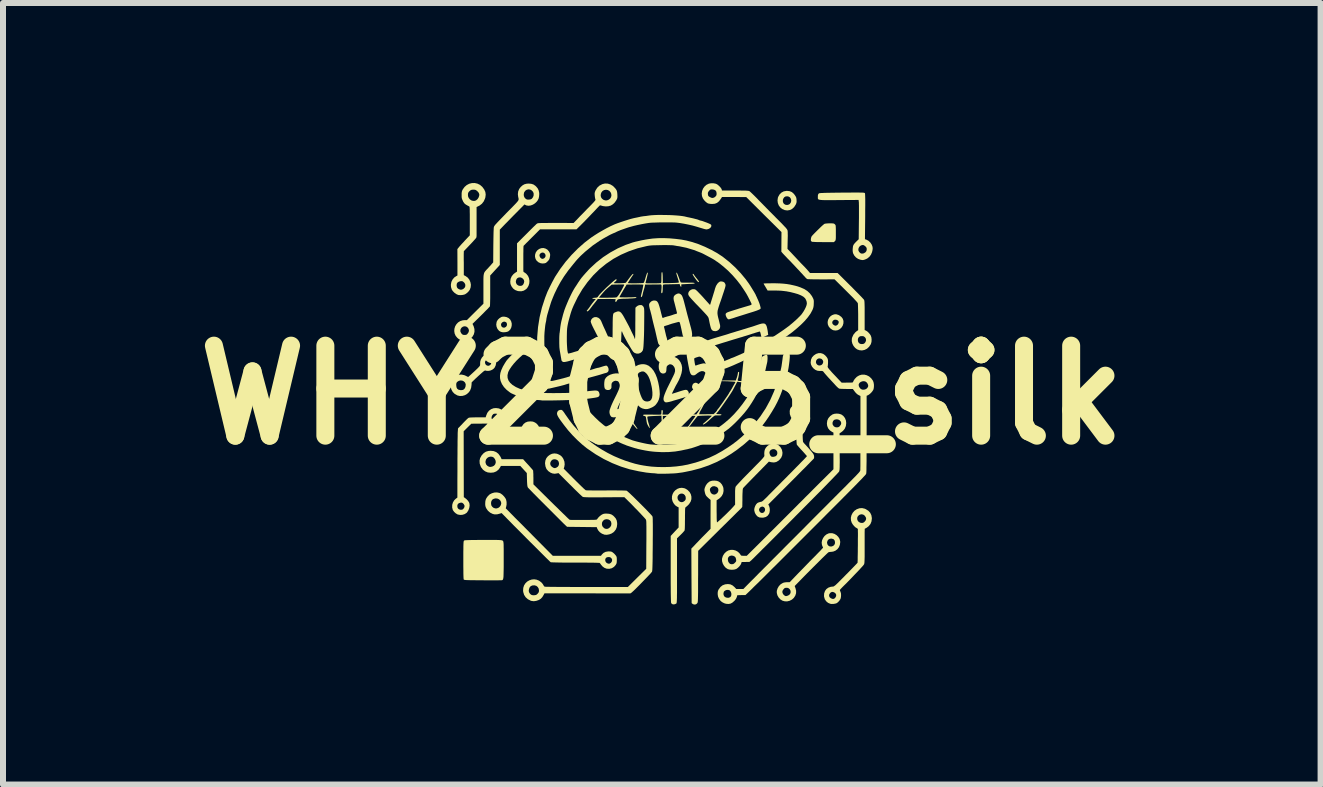
<source format=kicad_pcb>
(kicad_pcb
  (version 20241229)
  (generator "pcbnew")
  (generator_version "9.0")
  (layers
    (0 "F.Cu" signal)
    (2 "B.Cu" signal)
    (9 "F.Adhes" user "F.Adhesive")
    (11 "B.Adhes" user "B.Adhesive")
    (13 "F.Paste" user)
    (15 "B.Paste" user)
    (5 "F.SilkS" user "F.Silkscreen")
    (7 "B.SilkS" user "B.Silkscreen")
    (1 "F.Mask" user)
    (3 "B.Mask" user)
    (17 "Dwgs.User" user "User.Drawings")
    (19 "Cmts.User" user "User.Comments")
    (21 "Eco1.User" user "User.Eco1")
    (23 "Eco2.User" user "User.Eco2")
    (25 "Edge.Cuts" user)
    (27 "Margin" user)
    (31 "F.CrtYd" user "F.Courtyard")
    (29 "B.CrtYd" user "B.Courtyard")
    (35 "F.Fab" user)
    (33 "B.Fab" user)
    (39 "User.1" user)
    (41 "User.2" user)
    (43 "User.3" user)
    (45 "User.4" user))
  (footprint "WHY2025_silk"
    (layer "F.Cu")
    (at 7.979 3.532)
    (property "Reference" "WHY2025_silk" (at 0 0 0) (layer "F.SilkS") (effects (font (size 1.5 1.5) (thickness 0.3))))
    (attr board_only exclude_from_pos_files exclude_from_bom)
    (fp_poly (pts (xy 0.525 -2.017) (xy 0.533 -2.007) (xy 0.54 -1.996) (xy 0.553 -1.978) (xy 0.57 -1.956) (xy 0.58 -1.944) (xy 0.597 -1.922) (xy 0.611 -1.903) (xy 0.619 -1.89) (xy 0.62 -1.887) (xy 0.616 -1.88) (xy 0.606 -1.883) (xy 0.593 -1.894) (xy 0.587 -1.901) (xy 0.569 -1.924) (xy 0.551 -1.949) (xy 0.535 -1.973) (xy 0.522 -1.993) (xy 0.515 -2.008) (xy 0.513 -2.012) (xy 0.517 -2.019)) (stroke (width 0) (type solid)) (fill yes) (layer "F.SilkS"))
    (fp_poly (pts (xy -0.521 0.401) (xy -0.51 0.414) (xy -0.494 0.434) (xy -0.476 0.46) (xy -0.473 0.465) (xy -0.454 0.493) (xy -0.437 0.517) (xy -0.424 0.536) (xy -0.416 0.547) (xy -0.416 0.547) (xy -0.408 0.558) (xy -0.407 0.562) (xy -0.41 0.567) (xy -0.421 0.56) (xy -0.438 0.542) (xy -0.442 0.537) (xy -0.464 0.511) (xy -0.484 0.483) (xy -0.502 0.456) (xy -0.516 0.432) (xy -0.526 0.412) (xy -0.529 0.4) (xy -0.527 0.397)) (stroke (width 0) (type solid)) (fill yes) (layer "F.SilkS"))
    (fp_poly (pts (xy 2.942 -1.334) (xy 2.958 -1.326) (xy 2.993 -1.3) (xy 3.016 -1.269) (xy 3.027 -1.233) (xy 3.026 -1.193) (xy 3.014 -1.154) (xy 2.993 -1.122) (xy 2.965 -1.097) (xy 2.933 -1.08) (xy 2.897 -1.074) (xy 2.861 -1.078) (xy 2.839 -1.087) (xy 2.805 -1.112) (xy 2.78 -1.143) (xy 2.766 -1.178) (xy 2.763 -1.215) (xy 2.763 -1.215) (xy 2.84 -1.215) (xy 2.841 -1.195) (xy 2.851 -1.177) (xy 2.868 -1.164) (xy 2.885 -1.156) (xy 2.896 -1.154) (xy 2.907 -1.157) (xy 2.916 -1.161) (xy 2.931 -1.172) (xy 2.942 -1.189) (xy 2.949 -1.213) (xy 2.943 -1.232) (xy 2.925 -1.247) (xy 2.908 -1.253) (xy 2.883 -1.255) (xy 2.863 -1.247) (xy 2.848 -1.233) (xy 2.84 -1.215) (xy 2.763 -1.215) (xy 2.77 -1.251) (xy 2.787 -1.285) (xy 2.814 -1.315) (xy 2.839 -1.331) (xy 2.874 -1.344) (xy 2.907 -1.345)) (stroke (width 0) (type solid)) (fill yes) (layer "F.SilkS"))
    (fp_poly (pts (xy -2.588 -1.298) (xy -2.554 -1.282) (xy -2.527 -1.257) (xy -2.51 -1.225) (xy -2.501 -1.19) (xy -2.502 -1.153) (xy -2.511 -1.118) (xy -2.529 -1.086) (xy -2.556 -1.062) (xy -2.563 -1.058) (xy -2.58 -1.052) (xy -2.605 -1.047) (xy -2.63 -1.045) (xy -2.65 -1.045) (xy -2.675 -1.05) (xy -2.693 -1.057) (xy -2.709 -1.067) (xy -2.714 -1.071) (xy -2.739 -1.101) (xy -2.754 -1.137) (xy -2.759 -1.171) (xy -2.68 -1.171) (xy -2.675 -1.147) (xy -2.66 -1.13) (xy -2.64 -1.122) (xy -2.618 -1.123) (xy -2.598 -1.135) (xy -2.596 -1.136) (xy -2.583 -1.157) (xy -2.58 -1.18) (xy -2.586 -1.201) (xy -2.593 -1.21) (xy -2.614 -1.221) (xy -2.636 -1.221) (xy -2.657 -1.212) (xy -2.673 -1.196) (xy -2.68 -1.174) (xy -2.68 -1.171) (xy -2.759 -1.171) (xy -2.759 -1.176) (xy -2.753 -1.216) (xy -2.747 -1.231) (xy -2.73 -1.257) (xy -2.705 -1.28) (xy -2.676 -1.298) (xy -2.659 -1.304) (xy -2.625 -1.305)) (stroke (width 0) (type solid)) (fill yes) (layer "F.SilkS"))
    (fp_poly (pts (xy -1.939 -2.44) (xy -1.907 -2.422) (xy -1.882 -2.393) (xy -1.871 -2.374) (xy -1.864 -2.355) (xy -1.861 -2.339) (xy -1.862 -2.32) (xy -1.865 -2.301) (xy -1.871 -2.274) (xy -1.88 -2.254) (xy -1.893 -2.237) (xy -1.898 -2.232) (xy -1.914 -2.216) (xy -1.928 -2.204) (xy -1.933 -2.2) (xy -1.959 -2.193) (xy -1.991 -2.191) (xy -2.022 -2.196) (xy -2.057 -2.212) (xy -2.085 -2.236) (xy -2.104 -2.267) (xy -2.113 -2.302) (xy -2.113 -2.319) (xy -2.039 -2.319) (xy -2.029 -2.295) (xy -2.023 -2.287) (xy -2.003 -2.271) (xy -1.983 -2.268) (xy -1.961 -2.278) (xy -1.958 -2.28) (xy -1.941 -2.3) (xy -1.937 -2.324) (xy -1.943 -2.346) (xy -1.959 -2.365) (xy -1.981 -2.374) (xy -2.005 -2.37) (xy -2.022 -2.36) (xy -2.037 -2.341) (xy -2.039 -2.319) (xy -2.113 -2.319) (xy -2.112 -2.338) (xy -2.101 -2.374) (xy -2.079 -2.406) (xy -2.077 -2.408) (xy -2.045 -2.433) (xy -2.01 -2.446) (xy -1.974 -2.449)) (stroke (width 0) (type solid)) (fill yes) (layer "F.SilkS"))
    (fp_poly (pts (xy 2.131 -3.396) (xy 2.167 -3.381) (xy 2.198 -3.354) (xy 2.216 -3.331) (xy 2.231 -3.308) (xy 2.24 -3.288) (xy 2.244 -3.266) (xy 2.245 -3.25) (xy 2.246 -3.222) (xy 2.243 -3.201) (xy 2.235 -3.18) (xy 2.23 -3.17) (xy 2.204 -3.13) (xy 2.171 -3.1) (xy 2.133 -3.082) (xy 2.091 -3.075) (xy 2.047 -3.081) (xy 2.006 -3.099) (xy 1.973 -3.126) (xy 1.948 -3.16) (xy 1.933 -3.2) (xy 1.93 -3.224) (xy 2.017 -3.224) (xy 2.025 -3.199) (xy 2.039 -3.182) (xy 2.062 -3.169) (xy 2.089 -3.166) (xy 2.116 -3.173) (xy 2.132 -3.183) (xy 2.149 -3.206) (xy 2.157 -3.235) (xy 2.152 -3.265) (xy 2.15 -3.27) (xy 2.135 -3.293) (xy 2.111 -3.307) (xy 2.088 -3.311) (xy 2.062 -3.308) (xy 2.041 -3.296) (xy 2.026 -3.275) (xy 2.017 -3.251) (xy 2.017 -3.224) (xy 1.93 -3.224) (xy 1.928 -3.243) (xy 1.934 -3.287) (xy 1.94 -3.303) (xy 1.963 -3.343) (xy 1.994 -3.373) (xy 2.032 -3.393) (xy 2.078 -3.401) (xy 2.088 -3.401)) (stroke (width 0) (type solid)) (fill yes) (layer "F.SilkS"))
    (fp_poly (pts (xy 2.827 -2.86) (xy 2.849 -2.859) (xy 2.863 -2.857) (xy 2.873 -2.853) (xy 2.881 -2.846) (xy 2.884 -2.844) (xy 2.889 -2.838) (xy 2.894 -2.831) (xy 2.897 -2.822) (xy 2.898 -2.809) (xy 2.899 -2.789) (xy 2.9 -2.761) (xy 2.9 -2.722) (xy 2.9 -2.703) (xy 2.9 -2.66) (xy 2.9 -2.628) (xy 2.899 -2.605) (xy 2.897 -2.589) (xy 2.895 -2.579) (xy 2.891 -2.571) (xy 2.886 -2.565) (xy 2.884 -2.563) (xy 2.867 -2.547) (xy 2.692 -2.547) (xy 2.644 -2.548) (xy 2.6 -2.548) (xy 2.562 -2.549) (xy 2.532 -2.551) (xy 2.511 -2.552) (xy 2.503 -2.553) (xy 2.49 -2.562) (xy 2.485 -2.568) (xy 2.483 -2.585) (xy 2.485 -2.608) (xy 2.491 -2.631) (xy 2.495 -2.64) (xy 2.502 -2.65) (xy 2.517 -2.667) (xy 2.539 -2.69) (xy 2.565 -2.716) (xy 2.593 -2.744) (xy 2.622 -2.772) (xy 2.649 -2.799) (xy 2.674 -2.822) (xy 2.694 -2.839) (xy 2.707 -2.85) (xy 2.709 -2.851) (xy 2.723 -2.855) (xy 2.748 -2.858) (xy 2.781 -2.86) (xy 2.795 -2.86)) (stroke (width 0) (type solid)) (fill yes) (layer "F.SilkS"))
    (fp_poly (pts (xy -2.148 0.444) (xy -2.113 0.459) (xy -2.085 0.479) (xy -2.058 0.511) (xy -2.041 0.549) (xy -2.035 0.591) (xy -2.038 0.633) (xy -2.051 0.674) (xy -2.074 0.71) (xy -2.09 0.726) (xy -2.113 0.744) (xy -2.134 0.754) (xy -2.16 0.759) (xy -2.189 0.76) (xy -2.228 0.756) (xy -2.259 0.746) (xy -2.292 0.724) (xy -2.32 0.697) (xy -2.338 0.669) (xy -2.342 0.651) (xy -2.346 0.625) (xy -2.347 0.601) (xy -2.347 0.596) (xy -2.259 0.596) (xy -2.255 0.623) (xy -2.239 0.647) (xy -2.219 0.66) (xy -2.205 0.667) (xy -2.193 0.669) (xy -2.178 0.665) (xy -2.159 0.659) (xy -2.14 0.646) (xy -2.129 0.625) (xy -2.124 0.601) (xy -2.127 0.576) (xy -2.137 0.555) (xy -2.155 0.541) (xy -2.157 0.54) (xy -2.189 0.533) (xy -2.218 0.537) (xy -2.24 0.552) (xy -2.25 0.567) (xy -2.259 0.596) (xy -2.347 0.596) (xy -2.347 0.572) (xy -2.343 0.551) (xy -2.335 0.531) (xy -2.329 0.52) (xy -2.304 0.484) (xy -2.272 0.459) (xy -2.234 0.444) (xy -2.189 0.44)) (stroke (width 0) (type solid)) (fill yes) (layer "F.SilkS"))
    (fp_poly (pts (xy -2.795 2.416) (xy -2.754 2.416) (xy -2.721 2.417) (xy -2.697 2.418) (xy -2.679 2.42) (xy -2.668 2.422) (xy -2.662 2.423) (xy -2.651 2.429) (xy -2.645 2.435) (xy -2.641 2.447) (xy -2.638 2.467) (xy -2.637 2.481) (xy -2.636 2.499) (xy -2.636 2.528) (xy -2.635 2.567) (xy -2.635 2.614) (xy -2.635 2.667) (xy -2.635 2.724) (xy -2.635 2.785) (xy -2.635 2.797) (xy -2.635 2.866) (xy -2.636 2.923) (xy -2.637 2.969) (xy -2.638 3.006) (xy -2.639 3.033) (xy -2.642 3.054) (xy -2.645 3.068) (xy -2.649 3.077) (xy -2.654 3.083) (xy -2.66 3.086) (xy -2.668 3.087) (xy -2.672 3.088) (xy -2.682 3.088) (xy -2.704 3.088) (xy -2.737 3.089) (xy -2.779 3.089) (xy -2.828 3.089) (xy -2.883 3.089) (xy -2.943 3.089) (xy -2.991 3.088) (xy -3.064 3.088) (xy -3.124 3.087) (xy -3.173 3.087) (xy -3.213 3.086) (xy -3.243 3.085) (xy -3.266 3.084) (xy -3.282 3.082) (xy -3.292 3.08) (xy -3.298 3.078) (xy -3.3 3.077) (xy -3.302 3.071) (xy -3.304 3.058) (xy -3.305 3.038) (xy -3.306 3.009) (xy -3.307 2.97) (xy -3.307 2.921) (xy -3.308 2.861) (xy -3.308 2.788) (xy -3.308 2.753) (xy -3.308 2.679) (xy -3.308 2.617) (xy -3.307 2.567) (xy -3.307 2.526) (xy -3.306 2.494) (xy -3.305 2.47) (xy -3.304 2.453) (xy -3.302 2.441) (xy -3.3 2.433) (xy -3.298 2.429) (xy -3.297 2.428) (xy -3.293 2.425) (xy -3.287 2.423) (xy -3.276 2.421) (xy -3.26 2.42) (xy -3.237 2.419) (xy -3.207 2.418) (xy -3.168 2.417) (xy -3.12 2.417) (xy -3.06 2.416) (xy -2.988 2.416) (xy -2.985 2.416) (xy -2.91 2.416) (xy -2.847 2.416)) (stroke (width 0) (type solid)) (fill yes) (layer "F.SilkS"))
    (fp_poly (pts (xy -0.259 -0.505) (xy -0.214 -0.483) (xy -0.174 -0.449) (xy -0.137 -0.404) (xy -0.106 -0.348) (xy -0.08 -0.283) (xy -0.06 -0.21) (xy -0.045 -0.135) (xy -0.037 -0.07) (xy -0.034 -0.014) (xy -0.039 0.035) (xy -0.05 0.077) (xy -0.068 0.116) (xy -0.09 0.148) (xy -0.11 0.172) (xy -0.132 0.189) (xy -0.159 0.205) (xy -0.168 0.209) (xy -0.206 0.225) (xy -0.237 0.234) (xy -0.265 0.236) (xy -0.292 0.233) (xy -0.328 0.223) (xy -0.36 0.206) (xy -0.39 0.179) (xy -0.399 0.171) (xy -0.419 0.147) (xy -0.436 0.121) (xy -0.452 0.091) (xy -0.466 0.055) (xy -0.479 0.012) (xy -0.492 -0.039) (xy -0.505 -0.101) (xy -0.519 -0.174) (xy -0.52 -0.183) (xy -0.529 -0.237) (xy -0.532 -0.281) (xy -0.532 -0.29) (xy -0.413 -0.29) (xy -0.411 -0.268) (xy -0.408 -0.236) (xy -0.408 -0.231) (xy -0.399 -0.172) (xy -0.387 -0.112) (xy -0.372 -0.055) (xy -0.355 -0.003) (xy -0.337 0.041) (xy -0.319 0.074) (xy -0.318 0.076) (xy -0.296 0.096) (xy -0.268 0.107) (xy -0.236 0.109) (xy -0.205 0.101) (xy -0.194 0.095) (xy -0.176 0.076) (xy -0.163 0.046) (xy -0.157 0.005) (xy -0.157 -0.044) (xy -0.163 -0.102) (xy -0.17 -0.141) (xy -0.186 -0.209) (xy -0.203 -0.264) (xy -0.223 -0.309) (xy -0.245 -0.344) (xy -0.261 -0.362) (xy -0.286 -0.383) (xy -0.308 -0.392) (xy -0.333 -0.392) (xy -0.362 -0.381) (xy -0.364 -0.381) (xy -0.383 -0.37) (xy -0.395 -0.355) (xy -0.404 -0.336) (xy -0.409 -0.321) (xy -0.412 -0.307) (xy -0.413 -0.29) (xy -0.532 -0.29) (xy -0.531 -0.318) (xy -0.524 -0.352) (xy -0.512 -0.385) (xy -0.495 -0.417) (xy -0.468 -0.452) (xy -0.432 -0.481) (xy -0.39 -0.501) (xy -0.344 -0.512) (xy -0.298 -0.513)) (stroke (width 0) (type solid)) (fill yes) (layer "F.SilkS"))
    (fp_poly (pts (xy 1.717 -1.187) (xy 1.733 -1.173) (xy 1.746 -1.149) (xy 1.755 -1.114) (xy 1.764 -1.068) (xy 1.769 -1.029) (xy 1.773 -1.002) (xy 1.725 -0.98) (xy 1.701 -0.969) (xy 1.682 -0.961) (xy 1.67 -0.956) (xy 1.669 -0.955) (xy 1.663 -0.959) (xy 1.657 -0.973) (xy 1.657 -0.975) (xy 1.649 -1.011) (xy 1.643 -1.036) (xy 1.637 -1.051) (xy 1.631 -1.057) (xy 1.628 -1.057) (xy 1.615 -1.053) (xy 1.601 -1.049) (xy 1.588 -1.045) (xy 1.566 -1.039) (xy 1.537 -1.029) (xy 1.503 -1.019) (xy 1.493 -1.015) (xy 1.455 -1.003) (xy 1.414 -0.99) (xy 1.377 -0.979) (xy 1.348 -0.97) (xy 1.347 -0.969) (xy 1.301 -0.956) (xy 1.249 -0.94) (xy 1.192 -0.923) (xy 1.133 -0.905) (xy 1.076 -0.887) (xy 1.022 -0.871) (xy 0.974 -0.856) (xy 0.936 -0.844) (xy 0.923 -0.84) (xy 0.904 -0.834) (xy 0.88 -0.828) (xy 0.854 -0.823) (xy 0.831 -0.818) (xy 0.813 -0.815) (xy 0.804 -0.814) (xy 0.804 -0.814) (xy 0.798 -0.816) (xy 0.788 -0.818) (xy 0.774 -0.826) (xy 0.759 -0.84) (xy 0.746 -0.858) (xy 0.74 -0.873) (xy 0.74 -0.875) (xy 0.744 -0.888) (xy 0.752 -0.899) (xy 0.757 -0.904) (xy 0.766 -0.909) (xy 0.779 -0.915) (xy 0.798 -0.922) (xy 0.825 -0.931) (xy 0.86 -0.942) (xy 0.905 -0.956) (xy 0.96 -0.972) (xy 0.99 -0.981) (xy 1.027 -0.992) (xy 1.068 -1.004) (xy 1.106 -1.016) (xy 1.117 -1.02) (xy 1.151 -1.031) (xy 1.192 -1.043) (xy 1.231 -1.055) (xy 1.243 -1.059) (xy 1.281 -1.07) (xy 1.324 -1.083) (xy 1.365 -1.096) (xy 1.38 -1.1) (xy 1.412 -1.11) (xy 1.443 -1.12) (xy 1.468 -1.127) (xy 1.48 -1.131) (xy 1.498 -1.136) (xy 1.526 -1.145) (xy 1.558 -1.156) (xy 1.587 -1.166) (xy 1.632 -1.181) (xy 1.668 -1.19) (xy 1.696 -1.192)) (stroke (width 0) (type solid)) (fill yes) (layer "F.SilkS"))
    (fp_poly (pts (xy 0.212 -0.632) (xy 0.22 -0.63) (xy 0.255 -0.612) (xy 0.286 -0.583) (xy 0.312 -0.545) (xy 0.33 -0.502) (xy 0.338 -0.459) (xy 0.337 -0.415) (xy 0.328 -0.364) (xy 0.31 -0.308) (xy 0.285 -0.249) (xy 0.253 -0.189) (xy 0.244 -0.174) (xy 0.235 -0.158) (xy 0.222 -0.133) (xy 0.208 -0.104) (xy 0.198 -0.085) (xy 0.167 -0.02) (xy 0.185 -0.024) (xy 0.198 -0.028) (xy 0.221 -0.035) (xy 0.25 -0.044) (xy 0.283 -0.055) (xy 0.292 -0.058) (xy 0.334 -0.071) (xy 0.366 -0.08) (xy 0.39 -0.085) (xy 0.406 -0.085) (xy 0.419 -0.082) (xy 0.429 -0.074) (xy 0.431 -0.072) (xy 0.446 -0.05) (xy 0.45 -0.029) (xy 0.447 -0.006) (xy 0.444 0.003) (xy 0.44 0.011) (xy 0.433 0.018) (xy 0.423 0.024) (xy 0.406 0.031) (xy 0.381 0.039) (xy 0.348 0.049) (xy 0.303 0.063) (xy 0.3 0.064) (xy 0.263 0.075) (xy 0.225 0.086) (xy 0.19 0.096) (xy 0.167 0.104) (xy 0.122 0.116) (xy 0.088 0.122) (xy 0.065 0.123) (xy 0.053 0.118) (xy 0.04 0.106) (xy 0.032 0.092) (xy 0.028 0.074) (xy 0.029 0.051) (xy 0.035 0.023) (xy 0.047 -0.012) (xy 0.064 -0.054) (xy 0.087 -0.106) (xy 0.117 -0.167) (xy 0.136 -0.205) (xy 0.156 -0.245) (xy 0.174 -0.282) (xy 0.19 -0.314) (xy 0.202 -0.34) (xy 0.209 -0.356) (xy 0.21 -0.358) (xy 0.221 -0.397) (xy 0.219 -0.433) (xy 0.207 -0.466) (xy 0.185 -0.493) (xy 0.177 -0.499) (xy 0.152 -0.511) (xy 0.128 -0.511) (xy 0.104 -0.497) (xy 0.101 -0.495) (xy 0.089 -0.484) (xy 0.082 -0.473) (xy 0.079 -0.458) (xy 0.077 -0.435) (xy 0.077 -0.431) (xy 0.075 -0.403) (xy 0.07 -0.384) (xy 0.063 -0.373) (xy 0.04 -0.359) (xy 0.014 -0.357) (xy -0.011 -0.366) (xy -0.029 -0.384) (xy -0.042 -0.412) (xy -0.05 -0.445) (xy -0.052 -0.482) (xy -0.048 -0.517) (xy -0.038 -0.548) (xy -0.033 -0.558) (xy -0.007 -0.588) (xy 0.029 -0.612) (xy 0.071 -0.63) (xy 0.118 -0.639) (xy 0.166 -0.64)) (stroke (width 0) (type solid)) (fill yes) (layer "F.SilkS"))
    (fp_poly (pts (xy -0.699 -0.353) (xy -0.676 -0.344) (xy -0.639 -0.318) (xy -0.609 -0.284) (xy -0.589 -0.242) (xy -0.579 -0.195) (xy -0.578 -0.145) (xy -0.587 -0.092) (xy -0.603 -0.048) (xy -0.613 -0.028) (xy -0.628 -0.000008) (xy -0.645 0.033) (xy -0.664 0.067) (xy -0.67 0.077) (xy -0.693 0.12) (xy -0.713 0.158) (xy -0.727 0.19) (xy -0.737 0.215) (xy -0.74 0.231) (xy -0.739 0.236) (xy -0.732 0.236) (xy -0.714 0.233) (xy -0.691 0.227) (xy -0.679 0.223) (xy -0.625 0.208) (xy -0.581 0.196) (xy -0.548 0.188) (xy -0.522 0.184) (xy -0.503 0.183) (xy -0.49 0.185) (xy -0.488 0.186) (xy -0.469 0.201) (xy -0.457 0.224) (xy -0.453 0.25) (xy -0.453 0.258) (xy -0.455 0.264) (xy -0.458 0.27) (xy -0.464 0.276) (xy -0.475 0.283) (xy -0.492 0.29) (xy -0.515 0.298) (xy -0.545 0.308) (xy -0.585 0.32) (xy -0.635 0.334) (xy -0.696 0.352) (xy -0.727 0.361) (xy -0.771 0.371) (xy -0.808 0.373) (xy -0.836 0.367) (xy -0.839 0.365) (xy -0.852 0.352) (xy -0.864 0.33) (xy -0.871 0.303) (xy -0.873 0.283) (xy -0.87 0.257) (xy -0.858 0.219) (xy -0.84 0.172) (xy -0.814 0.114) (xy -0.783 0.05) (xy -0.756 -0.004) (xy -0.735 -0.049) (xy -0.719 -0.085) (xy -0.709 -0.114) (xy -0.703 -0.138) (xy -0.701 -0.158) (xy -0.703 -0.176) (xy -0.709 -0.194) (xy -0.711 -0.2) (xy -0.722 -0.22) (xy -0.735 -0.23) (xy -0.739 -0.231) (xy -0.756 -0.235) (xy -0.765 -0.237) (xy -0.78 -0.236) (xy -0.8 -0.229) (xy -0.818 -0.217) (xy -0.83 -0.204) (xy -0.838 -0.185) (xy -0.839 -0.159) (xy -0.839 -0.151) (xy -0.84 -0.12) (xy -0.85 -0.1) (xy -0.869 -0.087) (xy -0.884 -0.083) (xy -0.912 -0.083) (xy -0.936 -0.092) (xy -0.951 -0.11) (xy -0.953 -0.115) (xy -0.958 -0.139) (xy -0.96 -0.171) (xy -0.959 -0.205) (xy -0.955 -0.237) (xy -0.95 -0.259) (xy -0.931 -0.289) (xy -0.901 -0.316) (xy -0.862 -0.337) (xy -0.816 -0.352) (xy -0.811 -0.353) (xy -0.767 -0.36) (xy -0.731 -0.36)) (stroke (width 0) (type solid)) (fill yes) (layer "F.SilkS"))
    (fp_poly (pts (xy 0.998 -1.892) (xy 1.025 -1.885) (xy 1.044 -1.873) (xy 1.057 -1.851) (xy 1.057 -1.849) (xy 1.06 -1.842) (xy 1.062 -1.835) (xy 1.062 -1.827) (xy 1.061 -1.816) (xy 1.057 -1.8) (xy 1.052 -1.78) (xy 1.043 -1.753) (xy 1.032 -1.718) (xy 1.017 -1.674) (xy 0.999 -1.619) (xy 0.982 -1.569) (xy 0.963 -1.516) (xy 0.949 -1.473) (xy 0.939 -1.439) (xy 0.931 -1.41) (xy 0.928 -1.386) (xy 0.927 -1.364) (xy 0.929 -1.341) (xy 0.933 -1.316) (xy 0.94 -1.286) (xy 0.95 -1.249) (xy 0.95 -1.247) (xy 0.958 -1.216) (xy 0.964 -1.19) (xy 0.969 -1.17) (xy 0.971 -1.162) (xy 0.972 -1.132) (xy 0.963 -1.106) (xy 0.944 -1.084) (xy 0.92 -1.069) (xy 0.892 -1.063) (xy 0.862 -1.067) (xy 0.855 -1.069) (xy 0.845 -1.075) (xy 0.835 -1.083) (xy 0.828 -1.093) (xy 0.82 -1.109) (xy 0.813 -1.131) (xy 0.805 -1.162) (xy 0.796 -1.202) (xy 0.786 -1.253) (xy 0.784 -1.261) (xy 0.782 -1.272) (xy 0.779 -1.282) (xy 0.775 -1.292) (xy 0.769 -1.303) (xy 0.759 -1.316) (xy 0.746 -1.332) (xy 0.727 -1.353) (xy 0.702 -1.38) (xy 0.671 -1.413) (xy 0.632 -1.454) (xy 0.607 -1.48) (xy 0.562 -1.526) (xy 0.527 -1.564) (xy 0.499 -1.594) (xy 0.478 -1.618) (xy 0.462 -1.637) (xy 0.451 -1.652) (xy 0.445 -1.665) (xy 0.441 -1.675) (xy 0.44 -1.685) (xy 0.44 -1.688) (xy 0.446 -1.714) (xy 0.462 -1.736) (xy 0.485 -1.753) (xy 0.512 -1.763) (xy 0.54 -1.763) (xy 0.559 -1.757) (xy 0.571 -1.748) (xy 0.591 -1.73) (xy 0.617 -1.703) (xy 0.649 -1.67) (xy 0.686 -1.63) (xy 0.726 -1.585) (xy 0.753 -1.555) (xy 0.773 -1.533) (xy 0.789 -1.515) (xy 0.8 -1.504) (xy 0.803 -1.501) (xy 0.805 -1.504) (xy 0.807 -1.51) (xy 0.811 -1.521) (xy 0.816 -1.539) (xy 0.824 -1.565) (xy 0.835 -1.6) (xy 0.849 -1.645) (xy 0.866 -1.701) (xy 0.868 -1.707) (xy 0.876 -1.733) (xy 0.883 -1.758) (xy 0.887 -1.773) (xy 0.903 -1.817) (xy 0.926 -1.854) (xy 0.944 -1.873) (xy 0.961 -1.886) (xy 0.975 -1.892) (xy 0.993 -1.892)) (stroke (width 0) (type solid)) (fill yes) (layer "F.SilkS"))
    (fp_poly (pts (xy 0.375 1.554) (xy 0.391 1.56) (xy 0.431 1.585) (xy 0.462 1.617) (xy 0.483 1.654) (xy 0.493 1.694) (xy 0.493 1.736) (xy 0.481 1.776) (xy 0.457 1.814) (xy 0.448 1.825) (xy 0.429 1.844) (xy 0.412 1.859) (xy 0.402 1.867) (xy 0.397 1.87) (xy 0.394 1.874) (xy 0.391 1.881) (xy 0.389 1.891) (xy 0.388 1.907) (xy 0.387 1.931) (xy 0.387 1.963) (xy 0.386 2.005) (xy 0.386 2.059) (xy 0.386 2.06) (xy 0.385 2.109) (xy 0.385 2.154) (xy 0.384 2.193) (xy 0.383 2.224) (xy 0.381 2.246) (xy 0.38 2.257) (xy 0.38 2.257) (xy 0.373 2.267) (xy 0.359 2.283) (xy 0.339 2.305) (xy 0.316 2.328) (xy 0.314 2.33) (xy 0.253 2.389) (xy 0.253 2.927) (xy 0.253 3.024) (xy 0.253 3.11) (xy 0.253 3.183) (xy 0.253 3.246) (xy 0.253 3.298) (xy 0.252 3.342) (xy 0.252 3.378) (xy 0.251 3.407) (xy 0.25 3.429) (xy 0.249 3.445) (xy 0.248 3.457) (xy 0.246 3.465) (xy 0.245 3.471) (xy 0.243 3.474) (xy 0.242 3.475) (xy 0.219 3.487) (xy 0.192 3.49) (xy 0.18 3.488) (xy 0.164 3.478) (xy 0.156 3.468) (xy 0.154 3.46) (xy 0.153 3.444) (xy 0.152 3.42) (xy 0.151 3.385) (xy 0.15 3.341) (xy 0.149 3.285) (xy 0.149 3.219) (xy 0.148 3.141) (xy 0.148 3.052) (xy 0.148 2.949) (xy 0.148 2.901) (xy 0.148 2.349) (xy 0.214 2.278) (xy 0.28 2.208) (xy 0.28 2.041) (xy 0.28 1.873) (xy 0.253 1.86) (xy 0.221 1.837) (xy 0.195 1.803) (xy 0.179 1.772) (xy 0.168 1.73) (xy 0.169 1.717) (xy 0.261 1.717) (xy 0.267 1.741) (xy 0.28 1.762) (xy 0.299 1.778) (xy 0.321 1.786) (xy 0.346 1.785) (xy 0.367 1.775) (xy 0.386 1.759) (xy 0.396 1.743) (xy 0.399 1.723) (xy 0.396 1.693) (xy 0.383 1.669) (xy 0.364 1.652) (xy 0.34 1.643) (xy 0.315 1.644) (xy 0.291 1.655) (xy 0.277 1.667) (xy 0.263 1.692) (xy 0.261 1.717) (xy 0.169 1.717) (xy 0.169 1.689) (xy 0.18 1.651) (xy 0.199 1.616) (xy 0.226 1.587) (xy 0.258 1.565) (xy 0.295 1.551) (xy 0.334 1.547)) (stroke (width 0) (type solid)) (fill yes) (layer "F.SilkS"))
    (fp_poly (pts (xy 0.709 -0.776) (xy 0.725 -0.765) (xy 0.743 -0.74) (xy 0.747 -0.717) (xy 0.739 -0.695) (xy 0.717 -0.676) (xy 0.683 -0.66) (xy 0.677 -0.657) (xy 0.648 -0.648) (xy 0.62 -0.639) (xy 0.6 -0.633) (xy 0.57 -0.624) (xy 0.549 -0.615) (xy 0.539 -0.606) (xy 0.539 -0.603) (xy 0.54 -0.594) (xy 0.542 -0.575) (xy 0.546 -0.55) (xy 0.547 -0.541) (xy 0.552 -0.514) (xy 0.556 -0.497) (xy 0.561 -0.49) (xy 0.565 -0.49) (xy 0.605 -0.504) (xy 0.642 -0.515) (xy 0.674 -0.523) (xy 0.698 -0.527) (xy 0.702 -0.527) (xy 0.733 -0.522) (xy 0.765 -0.51) (xy 0.794 -0.492) (xy 0.814 -0.472) (xy 0.84 -0.43) (xy 0.859 -0.386) (xy 0.87 -0.337) (xy 0.875 -0.28) (xy 0.875 -0.259) (xy 0.875 -0.226) (xy 0.874 -0.202) (xy 0.871 -0.184) (xy 0.865 -0.168) (xy 0.857 -0.151) (xy 0.83 -0.11) (xy 0.793 -0.078) (xy 0.747 -0.054) (xy 0.694 -0.04) (xy 0.66 -0.036) (xy 0.632 -0.035) (xy 0.611 -0.038) (xy 0.589 -0.046) (xy 0.583 -0.049) (xy 0.559 -0.063) (xy 0.535 -0.081) (xy 0.527 -0.089) (xy 0.512 -0.107) (xy 0.505 -0.123) (xy 0.504 -0.141) (xy 0.511 -0.169) (xy 0.527 -0.191) (xy 0.552 -0.203) (xy 0.554 -0.203) (xy 0.568 -0.204) (xy 0.585 -0.199) (xy 0.607 -0.186) (xy 0.612 -0.184) (xy 0.641 -0.167) (xy 0.663 -0.159) (xy 0.681 -0.157) (xy 0.699 -0.163) (xy 0.709 -0.169) (xy 0.729 -0.184) (xy 0.742 -0.204) (xy 0.75 -0.232) (xy 0.753 -0.271) (xy 0.753 -0.275) (xy 0.749 -0.321) (xy 0.738 -0.356) (xy 0.719 -0.381) (xy 0.695 -0.395) (xy 0.666 -0.398) (xy 0.633 -0.388) (xy 0.597 -0.366) (xy 0.59 -0.36) (xy 0.567 -0.342) (xy 0.55 -0.331) (xy 0.535 -0.327) (xy 0.526 -0.327) (xy 0.507 -0.329) (xy 0.491 -0.338) (xy 0.479 -0.355) (xy 0.468 -0.382) (xy 0.458 -0.419) (xy 0.454 -0.441) (xy 0.443 -0.495) (xy 0.434 -0.544) (xy 0.426 -0.587) (xy 0.42 -0.623) (xy 0.416 -0.65) (xy 0.414 -0.666) (xy 0.413 -0.668) (xy 0.419 -0.683) (xy 0.436 -0.7) (xy 0.462 -0.715) (xy 0.49 -0.727) (xy 0.513 -0.735) (xy 0.533 -0.743) (xy 0.543 -0.747) (xy 0.567 -0.755) (xy 0.597 -0.763) (xy 0.628 -0.771) (xy 0.657 -0.777) (xy 0.68 -0.78) (xy 0.685 -0.78)) (stroke (width 0) (type solid)) (fill yes) (layer "F.SilkS"))
    (fp_poly (pts (xy 3.294 -3.373) (xy 3.323 -3.372) (xy 3.345 -3.372) (xy 3.361 -3.371) (xy 3.371 -3.369) (xy 3.378 -3.367) (xy 3.382 -3.365) (xy 3.384 -3.364) (xy 3.386 -3.358) (xy 3.387 -3.346) (xy 3.388 -3.326) (xy 3.389 -3.297) (xy 3.39 -3.26) (xy 3.39 -3.213) (xy 3.39 -3.155) (xy 3.389 -3.085) (xy 3.389 -3.004) (xy 3.389 -2.975) (xy 3.385 -2.596) (xy 3.41 -2.588) (xy 3.444 -2.569) (xy 3.475 -2.54) (xy 3.498 -2.505) (xy 3.509 -2.476) (xy 3.514 -2.447) (xy 3.511 -2.415) (xy 3.503 -2.38) (xy 3.485 -2.338) (xy 3.458 -2.302) (xy 3.423 -2.274) (xy 3.386 -2.257) (xy 3.365 -2.251) (xy 3.35 -2.248) (xy 3.337 -2.249) (xy 3.318 -2.252) (xy 3.309 -2.254) (xy 3.27 -2.268) (xy 3.235 -2.292) (xy 3.206 -2.325) (xy 3.187 -2.362) (xy 3.182 -2.385) (xy 3.18 -2.415) (xy 3.181 -2.433) (xy 3.275 -2.433) (xy 3.276 -2.407) (xy 3.288 -2.384) (xy 3.309 -2.363) (xy 3.333 -2.355) (xy 3.361 -2.359) (xy 3.369 -2.362) (xy 3.395 -2.379) (xy 3.41 -2.4) (xy 3.415 -2.428) (xy 3.413 -2.447) (xy 3.406 -2.462) (xy 3.391 -2.478) (xy 3.374 -2.491) (xy 3.357 -2.499) (xy 3.351 -2.5) (xy 3.323 -2.494) (xy 3.3 -2.48) (xy 3.284 -2.458) (xy 3.275 -2.433) (xy 3.181 -2.433) (xy 3.182 -2.448) (xy 3.186 -2.478) (xy 3.187 -2.483) (xy 3.196 -2.504) (xy 3.214 -2.528) (xy 3.238 -2.553) (xy 3.281 -2.595) (xy 3.284 -2.886) (xy 3.285 -2.948) (xy 3.285 -3.008) (xy 3.285 -3.063) (xy 3.285 -3.112) (xy 3.285 -3.153) (xy 3.284 -3.185) (xy 3.284 -3.207) (xy 3.283 -3.213) (xy 3.279 -3.25) (xy 2.952 -3.248) (xy 2.875 -3.247) (xy 2.809 -3.247) (xy 2.755 -3.247) (xy 2.711 -3.247) (xy 2.677 -3.248) (xy 2.65 -3.25) (xy 2.63 -3.253) (xy 2.616 -3.256) (xy 2.608 -3.261) (xy 2.603 -3.268) (xy 2.6 -3.275) (xy 2.6 -3.285) (xy 2.6 -3.296) (xy 2.6 -3.3) (xy 2.601 -3.328) (xy 2.606 -3.345) (xy 2.615 -3.357) (xy 2.622 -3.361) (xy 2.631 -3.363) (xy 2.649 -3.365) (xy 2.678 -3.366) (xy 2.717 -3.368) (xy 2.768 -3.369) (xy 2.83 -3.37) (xy 2.905 -3.371) (xy 2.993 -3.372) (xy 3.006 -3.372) (xy 3.086 -3.372) (xy 3.154 -3.373) (xy 3.21 -3.373) (xy 3.257 -3.373)) (stroke (width 0) (type solid)) (fill yes) (layer "F.SilkS"))
    (fp_poly (pts (xy -2.85 -0.669) (xy -2.818 -0.653) (xy -2.808 -0.645) (xy -2.781 -0.611) (xy -2.766 -0.573) (xy -2.761 -0.532) (xy -2.769 -0.492) (xy -2.787 -0.455) (xy -2.801 -0.439) (xy -2.827 -0.42) (xy -2.86 -0.406) (xy -2.894 -0.401) (xy -2.927 -0.403) (xy -2.935 -0.406) (xy -2.943 -0.408) (xy -2.953 -0.405) (xy -2.966 -0.397) (xy -2.985 -0.381) (xy -3 -0.368) (xy -3.026 -0.345) (xy -3.057 -0.317) (xy -3.089 -0.287) (xy -3.11 -0.268) (xy -3.169 -0.21) (xy -3.171 -0.17) (xy -3.178 -0.119) (xy -3.195 -0.075) (xy -3.215 -0.046) (xy -3.246 -0.017) (xy -3.283 0.004) (xy -3.325 0.016) (xy -3.367 0.017) (xy -3.406 0.008) (xy -3.406 0.008) (xy -3.451 -0.017) (xy -3.484 -0.05) (xy -3.507 -0.091) (xy -3.519 -0.138) (xy -3.52 -0.163) (xy -3.52 -0.165) (xy -3.426 -0.165) (xy -3.422 -0.129) (xy -3.41 -0.104) (xy -3.389 -0.088) (xy -3.358 -0.081) (xy -3.346 -0.08) (xy -3.316 -0.084) (xy -3.298 -0.094) (xy -3.281 -0.114) (xy -3.271 -0.142) (xy -3.268 -0.172) (xy -3.269 -0.182) (xy -3.28 -0.208) (xy -3.3 -0.227) (xy -3.325 -0.239) (xy -3.354 -0.242) (xy -3.382 -0.236) (xy -3.407 -0.22) (xy -3.412 -0.216) (xy -3.422 -0.201) (xy -3.426 -0.182) (xy -3.426 -0.165) (xy -3.52 -0.165) (xy -3.516 -0.208) (xy -3.502 -0.245) (xy -3.478 -0.278) (xy -3.466 -0.29) (xy -3.424 -0.32) (xy -3.382 -0.337) (xy -3.337 -0.34) (xy -3.292 -0.33) (xy -3.269 -0.32) (xy -3.249 -0.31) (xy -3.234 -0.303) (xy -3.228 -0.3) (xy -3.222 -0.304) (xy -3.208 -0.316) (xy -3.189 -0.333) (xy -3.166 -0.354) (xy -3.141 -0.377) (xy -3.116 -0.4) (xy -3.093 -0.422) (xy -3.074 -0.44) (xy -3.071 -0.443) (xy -3.05 -0.465) (xy -3.037 -0.48) (xy -3.03 -0.492) (xy -3.028 -0.502) (xy -3.028 -0.513) (xy -3.027 -0.541) (xy -2.947 -0.541) (xy -2.941 -0.516) (xy -2.927 -0.498) (xy -2.906 -0.488) (xy -2.884 -0.487) (xy -2.861 -0.498) (xy -2.861 -0.498) (xy -2.846 -0.518) (xy -2.842 -0.542) (xy -2.848 -0.566) (xy -2.853 -0.575) (xy -2.872 -0.59) (xy -2.894 -0.594) (xy -2.915 -0.589) (xy -2.933 -0.576) (xy -2.945 -0.556) (xy -2.947 -0.541) (xy -3.027 -0.541) (xy -3.027 -0.551) (xy -3.017 -0.589) (xy -2.998 -0.623) (xy -2.974 -0.65) (xy -2.958 -0.661) (xy -2.924 -0.673) (xy -2.886 -0.675)) (stroke (width 0) (type solid)) (fill yes) (layer "F.SilkS"))
    (fp_poly (pts (xy -2.238 -0.851) (xy -2.23 -0.843) (xy -2.222 -0.826) (xy -2.215 -0.804) (xy -2.21 -0.783) (xy -2.209 -0.767) (xy -2.209 -0.764) (xy -2.217 -0.753) (xy -2.234 -0.736) (xy -2.259 -0.715) (xy -2.275 -0.703) (xy -2.326 -0.662) (xy -2.376 -0.617) (xy -2.424 -0.57) (xy -2.467 -0.522) (xy -2.504 -0.475) (xy -2.534 -0.431) (xy -2.555 -0.392) (xy -2.561 -0.377) (xy -2.572 -0.329) (xy -2.57 -0.283) (xy -2.555 -0.241) (xy -2.527 -0.202) (xy -2.487 -0.166) (xy -2.434 -0.133) (xy -2.369 -0.104) (xy -2.292 -0.079) (xy -2.245 -0.067) (xy -2.203 -0.058) (xy -2.161 -0.05) (xy -2.119 -0.044) (xy -2.073 -0.039) (xy -2.022 -0.036) (xy -1.965 -0.033) (xy -1.899 -0.032) (xy -1.822 -0.031) (xy -1.793 -0.031) (xy -1.696 -0.032) (xy -1.608 -0.033) (xy -1.528 -0.036) (xy -1.452 -0.041) (xy -1.377 -0.047) (xy -1.301 -0.055) (xy -1.257 -0.06) (xy -1.201 -0.067) (xy -1.157 -0.071) (xy -1.123 -0.074) (xy -1.097 -0.074) (xy -1.078 -0.071) (xy -1.065 -0.066) (xy -1.056 -0.058) (xy -1.048 -0.047) (xy -1.043 -0.035) (xy -1.037 -0.008) (xy -1.042 0.015) (xy -1.056 0.03) (xy -1.07 0.036) (xy -1.095 0.042) (xy -1.129 0.048) (xy -1.17 0.054) (xy -1.215 0.06) (xy -1.262 0.065) (xy -1.309 0.069) (xy -1.317 0.07) (xy -1.345 0.072) (xy -1.382 0.075) (xy -1.422 0.078) (xy -1.457 0.08) (xy -1.48 0.082) (xy -1.513 0.083) (xy -1.553 0.085) (xy -1.599 0.086) (xy -1.649 0.088) (xy -1.702 0.089) (xy -1.755 0.09) (xy -1.807 0.091) (xy -1.856 0.092) (xy -1.901 0.092) (xy -1.939 0.092) (xy -1.97 0.092) (xy -1.99 0.092) (xy -2 0.091) (xy -2 0.091) (xy -2.008 0.089) (xy -2.026 0.087) (xy -2.051 0.085) (xy -2.07 0.084) (xy -2.128 0.079) (xy -2.178 0.073) (xy -2.225 0.065) (xy -2.274 0.054) (xy -2.315 0.043) (xy -2.372 0.026) (xy -2.425 0.008) (xy -2.471 -0.011) (xy -2.508 -0.028) (xy -2.528 -0.04) (xy -2.586 -0.085) (xy -2.631 -0.132) (xy -2.664 -0.181) (xy -2.686 -0.232) (xy -2.687 -0.236) (xy -2.696 -0.279) (xy -2.697 -0.322) (xy -2.69 -0.368) (xy -2.674 -0.417) (xy -2.649 -0.472) (xy -2.614 -0.532) (xy -2.591 -0.568) (xy -2.574 -0.589) (xy -2.549 -0.617) (xy -2.519 -0.649) (xy -2.484 -0.683) (xy -2.448 -0.716) (xy -2.413 -0.747) (xy -2.381 -0.773) (xy -2.363 -0.786) (xy -2.325 -0.812) (xy -2.291 -0.833) (xy -2.264 -0.846) (xy -2.245 -0.852)) (stroke (width 0) (type solid)) (fill yes) (layer "F.SilkS"))
    (fp_poly (pts (xy 2.838 2.303) (xy 2.877 2.315) (xy 2.912 2.336) (xy 2.941 2.365) (xy 2.962 2.399) (xy 2.972 2.438) (xy 2.973 2.453) (xy 2.967 2.497) (xy 2.951 2.537) (xy 2.926 2.57) (xy 2.893 2.595) (xy 2.855 2.61) (xy 2.825 2.614) (xy 2.802 2.616) (xy 2.784 2.619) (xy 2.777 2.622) (xy 2.769 2.628) (xy 2.753 2.643) (xy 2.729 2.666) (xy 2.699 2.695) (xy 2.662 2.731) (xy 2.621 2.772) (xy 2.576 2.817) (xy 2.528 2.865) (xy 2.477 2.916) (xy 2.425 2.968) (xy 2.373 3.021) (xy 2.328 3.067) (xy 2.214 3.184) (xy 2.227 3.219) (xy 2.238 3.263) (xy 2.237 3.304) (xy 2.224 3.344) (xy 2.2 3.381) (xy 2.168 3.41) (xy 2.129 3.43) (xy 2.087 3.44) (xy 2.045 3.438) (xy 2.008 3.427) (xy 1.974 3.405) (xy 1.946 3.374) (xy 1.926 3.338) (xy 1.916 3.299) (xy 1.916 3.271) (xy 2.009 3.271) (xy 2.01 3.294) (xy 2.02 3.318) (xy 2.038 3.337) (xy 2.043 3.341) (xy 2.057 3.349) (xy 2.066 3.352) (xy 2.077 3.351) (xy 2.095 3.346) (xy 2.095 3.346) (xy 2.121 3.333) (xy 2.139 3.313) (xy 2.147 3.288) (xy 2.145 3.262) (xy 2.131 3.237) (xy 2.127 3.233) (xy 2.111 3.22) (xy 2.093 3.214) (xy 2.078 3.213) (xy 2.057 3.215) (xy 2.042 3.222) (xy 2.031 3.234) (xy 2.018 3.251) (xy 2.01 3.268) (xy 2.009 3.271) (xy 1.916 3.271) (xy 1.916 3.265) (xy 1.929 3.223) (xy 1.951 3.185) (xy 1.981 3.154) (xy 2.016 3.133) (xy 2.032 3.127) (xy 2.053 3.123) (xy 2.08 3.12) (xy 2.094 3.12) (xy 2.131 3.12) (xy 2.27 2.975) (xy 2.315 2.929) (xy 2.366 2.877) (xy 2.419 2.822) (xy 2.471 2.768) (xy 2.52 2.719) (xy 2.548 2.691) (xy 2.583 2.655) (xy 2.615 2.622) (xy 2.643 2.594) (xy 2.664 2.57) (xy 2.679 2.554) (xy 2.686 2.545) (xy 2.687 2.544) (xy 2.683 2.532) (xy 2.681 2.53) (xy 2.676 2.52) (xy 2.67 2.502) (xy 2.668 2.496) (xy 2.664 2.46) (xy 2.753 2.46) (xy 2.759 2.489) (xy 2.774 2.51) (xy 2.796 2.523) (xy 2.823 2.526) (xy 2.852 2.517) (xy 2.854 2.516) (xy 2.873 2.5) (xy 2.884 2.478) (xy 2.886 2.453) (xy 2.881 2.428) (xy 2.868 2.409) (xy 2.856 2.401) (xy 2.826 2.393) (xy 2.798 2.397) (xy 2.775 2.41) (xy 2.76 2.431) (xy 2.753 2.459) (xy 2.753 2.46) (xy 2.664 2.46) (xy 2.664 2.458) (xy 2.671 2.42) (xy 2.688 2.383) (xy 2.712 2.35) (xy 2.743 2.324) (xy 2.779 2.307) (xy 2.798 2.303)) (stroke (width 0) (type solid)) (fill yes) (layer "F.SilkS"))
    (fp_poly (pts (xy -2.716 0.224) (xy -2.676 0.242) (xy -2.644 0.268) (xy -2.62 0.301) (xy -2.606 0.339) (xy -2.603 0.382) (xy -2.612 0.427) (xy -2.621 0.451) (xy -2.642 0.482) (xy -2.67 0.51) (xy -2.704 0.531) (xy -2.738 0.544) (xy -2.759 0.547) (xy -2.797 0.542) (xy -2.837 0.528) (xy -2.872 0.508) (xy -2.88 0.502) (xy -2.909 0.477) (xy -3.042 0.478) (xy -3.175 0.479) (xy -3.239 0.542) (xy -3.302 0.605) (xy -3.301 1.154) (xy -3.3 1.703) (xy -3.285 1.713) (xy -3.257 1.735) (xy -3.232 1.761) (xy -3.214 1.788) (xy -3.207 1.806) (xy -3.203 1.842) (xy -3.209 1.882) (xy -3.223 1.921) (xy -3.244 1.954) (xy -3.254 1.965) (xy -3.285 1.985) (xy -3.323 1.997) (xy -3.362 1.999) (xy -3.4 1.992) (xy -3.407 1.989) (xy -3.435 1.972) (xy -3.462 1.947) (xy -3.481 1.92) (xy -3.484 1.914) (xy -3.494 1.874) (xy -3.493 1.854) (xy -3.408 1.854) (xy -3.403 1.882) (xy -3.387 1.901) (xy -3.363 1.912) (xy -3.347 1.913) (xy -3.326 1.911) (xy -3.311 1.901) (xy -3.304 1.893) (xy -3.289 1.868) (xy -3.288 1.843) (xy -3.3 1.82) (xy -3.307 1.812) (xy -3.322 1.799) (xy -3.336 1.794) (xy -3.355 1.795) (xy -3.383 1.804) (xy -3.4 1.819) (xy -3.408 1.844) (xy -3.408 1.854) (xy -3.493 1.854) (xy -3.493 1.832) (xy -3.481 1.791) (xy -3.46 1.755) (xy -3.434 1.73) (xy -3.407 1.71) (xy -3.407 1.54) (xy -3.407 1.404) (xy -3.406 1.281) (xy -3.406 1.171) (xy -3.406 1.071) (xy -3.405 0.983) (xy -3.405 0.905) (xy -3.404 0.836) (xy -3.404 0.777) (xy -3.403 0.726) (xy -3.402 0.683) (xy -3.402 0.648) (xy -3.401 0.619) (xy -3.399 0.596) (xy -3.398 0.578) (xy -3.397 0.566) (xy -3.395 0.558) (xy -3.394 0.553) (xy -3.393 0.552) (xy -3.384 0.544) (xy -3.369 0.529) (xy -3.348 0.507) (xy -3.324 0.482) (xy -3.313 0.47) (xy -3.287 0.443) (xy -3.263 0.419) (xy -3.244 0.4) (xy -3.232 0.39) (xy -2.837 0.39) (xy -2.828 0.41) (xy -2.812 0.431) (xy -2.793 0.446) (xy -2.787 0.449) (xy -2.769 0.45) (xy -2.747 0.446) (xy -2.726 0.438) (xy -2.723 0.436) (xy -2.704 0.416) (xy -2.695 0.392) (xy -2.696 0.366) (xy -2.707 0.341) (xy -2.726 0.322) (xy -2.73 0.32) (xy -2.751 0.313) (xy -2.776 0.311) (xy -2.798 0.314) (xy -2.81 0.32) (xy -2.827 0.341) (xy -2.837 0.367) (xy -2.837 0.39) (xy -3.232 0.39) (xy -3.23 0.388) (xy -3.227 0.385) (xy -3.22 0.381) (xy -3.21 0.378) (xy -3.196 0.376) (xy -3.175 0.375) (xy -3.146 0.374) (xy -3.107 0.373) (xy -3.073 0.373) (xy -2.936 0.373) (xy -2.927 0.344) (xy -2.908 0.298) (xy -2.88 0.262) (xy -2.844 0.236) (xy -2.802 0.221) (xy -2.763 0.218)) (stroke (width 0) (type solid)) (fill yes) (layer "F.SilkS"))
    (fp_poly (pts (xy 0.295 -1.689) (xy 0.307 -1.683) (xy 0.319 -1.674) (xy 0.33 -1.663) (xy 0.339 -1.647) (xy 0.348 -1.626) (xy 0.358 -1.596) (xy 0.369 -1.557) (xy 0.382 -1.507) (xy 0.383 -1.503) (xy 0.397 -1.449) (xy 0.411 -1.394) (xy 0.426 -1.336) (xy 0.443 -1.274) (xy 0.462 -1.204) (xy 0.484 -1.123) (xy 0.486 -1.117) (xy 0.499 -1.061) (xy 0.505 -1.015) (xy 0.503 -0.98) (xy 0.493 -0.954) (xy 0.475 -0.937) (xy 0.449 -0.928) (xy 0.428 -0.927) (xy 0.4 -0.933) (xy 0.375 -0.949) (xy 0.356 -0.973) (xy 0.347 -0.997) (xy 0.336 -1.049) (xy 0.326 -1.097) (xy 0.317 -1.138) (xy 0.309 -1.171) (xy 0.303 -1.194) (xy 0.3 -1.202) (xy 0.293 -1.216) (xy 0.284 -1.218) (xy 0.278 -1.217) (xy 0.265 -1.214) (xy 0.243 -1.208) (xy 0.216 -1.201) (xy 0.211 -1.199) (xy 0.182 -1.192) (xy 0.156 -1.184) (xy 0.136 -1.177) (xy 0.134 -1.177) (xy 0.114 -1.169) (xy 0.088 -1.161) (xy 0.071 -1.156) (xy 0.049 -1.149) (xy 0.038 -1.143) (xy 0.036 -1.136) (xy 0.036 -1.134) (xy 0.045 -1.101) (xy 0.055 -1.057) (xy 0.064 -1.02) (xy 0.07 -0.992) (xy 0.078 -0.965) (xy 0.084 -0.945) (xy 0.084 -0.945) (xy 0.089 -0.923) (xy 0.093 -0.896) (xy 0.093 -0.883) (xy 0.092 -0.86) (xy 0.088 -0.844) (xy 0.078 -0.831) (xy 0.071 -0.823) (xy 0.056 -0.81) (xy 0.044 -0.803) (xy 0.028 -0.802) (xy 0.004 -0.805) (xy 0.003 -0.805) (xy -0.019 -0.814) (xy -0.041 -0.831) (xy -0.057 -0.854) (xy -0.059 -0.859) (xy -0.063 -0.872) (xy -0.069 -0.895) (xy -0.076 -0.925) (xy -0.084 -0.957) (xy -0.092 -0.993) (xy -0.102 -1.037) (xy -0.113 -1.085) (xy -0.125 -1.13) (xy -0.128 -1.143) (xy -0.139 -1.186) (xy -0.15 -1.231) (xy -0.16 -1.274) (xy -0.168 -1.31) (xy -0.17 -1.32) (xy -0.178 -1.352) (xy -0.186 -1.382) (xy -0.192 -1.407) (xy -0.196 -1.417) (xy -0.202 -1.44) (xy -0.208 -1.468) (xy -0.21 -1.479) (xy -0.212 -1.501) (xy -0.21 -1.517) (xy -0.202 -1.532) (xy -0.199 -1.537) (xy -0.175 -1.56) (xy -0.146 -1.573) (xy -0.113 -1.574) (xy -0.092 -1.568) (xy -0.081 -1.561) (xy -0.071 -1.549) (xy -0.06 -1.531) (xy -0.05 -1.505) (xy -0.039 -1.47) (xy -0.026 -1.424) (xy -0.012 -1.367) (xy -0.011 -1.362) (xy -0.003 -1.333) (xy 0.003 -1.309) (xy 0.008 -1.292) (xy 0.01 -1.287) (xy 0.019 -1.284) (xy 0.032 -1.289) (xy 0.047 -1.295) (xy 0.071 -1.302) (xy 0.098 -1.31) (xy 0.1 -1.31) (xy 0.129 -1.318) (xy 0.156 -1.326) (xy 0.176 -1.333) (xy 0.177 -1.333) (xy 0.201 -1.342) (xy 0.225 -1.349) (xy 0.228 -1.349) (xy 0.244 -1.354) (xy 0.253 -1.36) (xy 0.253 -1.362) (xy 0.252 -1.371) (xy 0.247 -1.392) (xy 0.239 -1.424) (xy 0.229 -1.464) (xy 0.217 -1.511) (xy 0.203 -1.565) (xy 0.199 -1.578) (xy 0.195 -1.615) (xy 0.201 -1.644) (xy 0.22 -1.667) (xy 0.25 -1.684) (xy 0.26 -1.688) (xy 0.28 -1.692)) (stroke (width 0) (type solid)) (fill yes) (layer "F.SilkS"))
    (fp_poly (pts (xy -2.708 1.632) (xy -2.685 1.642) (xy -2.655 1.664) (xy -2.628 1.692) (xy -2.606 1.722) (xy -2.595 1.745) (xy -2.587 1.784) (xy -2.587 1.827) (xy -2.593 1.859) (xy -2.601 1.889) (xy -2.551 1.939) (xy -2.538 1.952) (xy -2.517 1.974) (xy -2.487 2.004) (xy -2.452 2.04) (xy -2.41 2.082) (xy -2.363 2.129) (xy -2.312 2.18) (xy -2.259 2.234) (xy -2.202 2.291) (xy -2.159 2.335) (xy -1.817 2.68) (xy -1.415 2.68) (xy -1.014 2.68) (xy -1 2.66) (xy -0.972 2.632) (xy -0.936 2.614) (xy -0.893 2.607) (xy -0.885 2.607) (xy -0.859 2.608) (xy -0.841 2.611) (xy -0.825 2.619) (xy -0.816 2.626) (xy -0.795 2.643) (xy -0.775 2.665) (xy -0.77 2.671) (xy -0.76 2.685) (xy -0.754 2.698) (xy -0.751 2.714) (xy -0.75 2.738) (xy -0.75 2.75) (xy -0.751 2.779) (xy -0.753 2.799) (xy -0.758 2.814) (xy -0.767 2.83) (xy -0.768 2.832) (xy -0.797 2.865) (xy -0.833 2.887) (xy -0.874 2.897) (xy -0.918 2.895) (xy -0.925 2.893) (xy -0.958 2.88) (xy -0.99 2.856) (xy -1.012 2.83) (xy -1.024 2.813) (xy -1.034 2.801) (xy -1.037 2.798) (xy -1.044 2.798) (xy -1.064 2.797) (xy -1.095 2.796) (xy -1.136 2.795) (xy -1.185 2.795) (xy -1.242 2.794) (xy -1.304 2.794) (xy -1.372 2.794) (xy -1.442 2.793) (xy -1.52 2.793) (xy -1.593 2.793) (xy -1.658 2.793) (xy -1.716 2.792) (xy -1.764 2.791) (xy -1.803 2.79) (xy -1.832 2.789) (xy -1.848 2.788) (xy -1.852 2.787) (xy -1.858 2.782) (xy -1.873 2.768) (xy -1.892 2.749) (xy -0.944 2.749) (xy -0.94 2.772) (xy -0.927 2.792) (xy -0.911 2.804) (xy -0.887 2.812) (xy -0.869 2.81) (xy -0.852 2.799) (xy -0.846 2.794) (xy -0.831 2.771) (xy -0.828 2.746) (xy -0.838 2.723) (xy -0.853 2.709) (xy -0.87 2.702) (xy -0.893 2.701) (xy -0.915 2.705) (xy -0.924 2.71) (xy -0.939 2.727) (xy -0.944 2.749) (xy -1.892 2.749) (xy -1.895 2.746) (xy -1.925 2.717) (xy -1.96 2.682) (xy -2 2.642) (xy -2.045 2.597) (xy -2.093 2.549) (xy -2.144 2.498) (xy -2.197 2.446) (xy -2.251 2.392) (xy -2.304 2.338) (xy -2.357 2.285) (xy -2.409 2.233) (xy -2.458 2.184) (xy -2.504 2.137) (xy -2.545 2.095) (xy -2.582 2.058) (xy -2.597 2.042) (xy -2.67 1.968) (xy -2.697 1.977) (xy -2.744 1.989) (xy -2.785 1.99) (xy -2.817 1.983) (xy -2.861 1.961) (xy -2.898 1.929) (xy -2.924 1.892) (xy -2.934 1.871) (xy -2.94 1.852) (xy -2.943 1.829) (xy -2.943 1.809) (xy -2.846 1.809) (xy -2.842 1.835) (xy -2.838 1.846) (xy -2.827 1.861) (xy -2.811 1.876) (xy -2.807 1.879) (xy -2.778 1.89) (xy -2.748 1.89) (xy -2.719 1.878) (xy -2.714 1.875) (xy -2.699 1.86) (xy -2.686 1.841) (xy -2.685 1.84) (xy -2.676 1.811) (xy -2.679 1.784) (xy -2.692 1.759) (xy -2.712 1.739) (xy -2.738 1.727) (xy -2.767 1.723) (xy -2.785 1.726) (xy -2.806 1.733) (xy -2.82 1.741) (xy -2.831 1.753) (xy -2.835 1.76) (xy -2.844 1.781) (xy -2.846 1.809) (xy -2.943 1.809) (xy -2.943 1.807) (xy -2.941 1.773) (xy -2.935 1.745) (xy -2.923 1.719) (xy -2.902 1.69) (xy -2.899 1.685) (xy -2.869 1.657) (xy -2.832 1.638) (xy -2.791 1.626) (xy -2.748 1.624)) (stroke (width 0) (type solid)) (fill yes) (layer "F.SilkS"))
    (fp_poly (pts (xy 1.964 -1.859) (xy 2.025 -1.855) (xy 2.081 -1.849) (xy 2.136 -1.84) (xy 2.191 -1.828) (xy 2.229 -1.819) (xy 2.305 -1.795) (xy 2.37 -1.767) (xy 2.423 -1.734) (xy 2.466 -1.694) (xy 2.5 -1.649) (xy 2.51 -1.631) (xy 2.522 -1.607) (xy 2.529 -1.589) (xy 2.532 -1.573) (xy 2.533 -1.553) (xy 2.532 -1.526) (xy 2.532 -1.519) (xy 2.53 -1.485) (xy 2.525 -1.458) (xy 2.518 -1.435) (xy 2.508 -1.412) (xy 2.477 -1.355) (xy 2.434 -1.295) (xy 2.381 -1.233) (xy 2.318 -1.17) (xy 2.246 -1.106) (xy 2.168 -1.042) (xy 2.082 -0.98) (xy 2.03 -0.946) (xy 2.002 -0.928) (xy 1.972 -0.909) (xy 1.948 -0.893) (xy 1.947 -0.892) (xy 1.925 -0.878) (xy 1.896 -0.861) (xy 1.864 -0.842) (xy 1.847 -0.832) (xy 1.812 -0.812) (xy 1.775 -0.79) (xy 1.74 -0.77) (xy 1.727 -0.762) (xy 1.698 -0.746) (xy 1.67 -0.73) (xy 1.647 -0.718) (xy 1.64 -0.714) (xy 1.622 -0.704) (xy 1.596 -0.69) (xy 1.566 -0.674) (xy 1.539 -0.659) (xy 1.511 -0.644) (xy 1.488 -0.632) (xy 1.472 -0.623) (xy 1.465 -0.62) (xy 1.465 -0.62) (xy 1.458 -0.617) (xy 1.441 -0.61) (xy 1.417 -0.598) (xy 1.386 -0.584) (xy 1.359 -0.571) (xy 1.301 -0.543) (xy 1.244 -0.518) (xy 1.191 -0.494) (xy 1.143 -0.474) (xy 1.101 -0.457) (xy 1.067 -0.444) (xy 1.042 -0.436) (xy 1.028 -0.434) (xy 1.027 -0.434) (xy 1.015 -0.438) (xy 1 -0.448) (xy 0.998 -0.449) (xy 0.985 -0.465) (xy 0.977 -0.486) (xy 0.974 -0.508) (xy 0.978 -0.524) (xy 0.978 -0.524) (xy 0.991 -0.536) (xy 1.014 -0.55) (xy 1.043 -0.565) (xy 1.077 -0.579) (xy 1.087 -0.583) (xy 1.111 -0.593) (xy 1.131 -0.601) (xy 1.142 -0.606) (xy 1.143 -0.607) (xy 1.154 -0.612) (xy 1.171 -0.618) (xy 1.177 -0.62) (xy 1.196 -0.627) (xy 1.222 -0.638) (xy 1.249 -0.65) (xy 1.252 -0.651) (xy 1.275 -0.661) (xy 1.293 -0.669) (xy 1.302 -0.673) (xy 1.303 -0.673) (xy 1.311 -0.676) (xy 1.329 -0.685) (xy 1.356 -0.697) (xy 1.39 -0.714) (xy 1.429 -0.733) (xy 1.471 -0.755) (xy 1.515 -0.777) (xy 1.56 -0.8) (xy 1.603 -0.823) (xy 1.643 -0.844) (xy 1.679 -0.862) (xy 1.708 -0.878) (xy 1.713 -0.881) (xy 1.754 -0.905) (xy 1.803 -0.935) (xy 1.856 -0.969) (xy 1.911 -1.005) (xy 1.966 -1.042) (xy 2.018 -1.077) (xy 2.064 -1.11) (xy 2.102 -1.138) (xy 2.107 -1.141) (xy 2.152 -1.178) (xy 2.198 -1.217) (xy 2.241 -1.255) (xy 2.279 -1.292) (xy 2.311 -1.324) (xy 2.334 -1.351) (xy 2.336 -1.354) (xy 2.36 -1.389) (xy 2.382 -1.427) (xy 2.4 -1.464) (xy 2.412 -1.497) (xy 2.417 -1.523) (xy 2.417 -1.523) (xy 2.414 -1.553) (xy 2.403 -1.584) (xy 2.387 -1.612) (xy 2.385 -1.614) (xy 2.358 -1.638) (xy 2.319 -1.66) (xy 2.267 -1.681) (xy 2.205 -1.699) (xy 2.188 -1.703) (xy 2.149 -1.713) (xy 2.12 -1.719) (xy 2.097 -1.723) (xy 2.078 -1.727) (xy 2.059 -1.729) (xy 2.053 -1.73) (xy 2.027 -1.733) (xy 2 -1.736) (xy 1.99 -1.737) (xy 1.974 -1.738) (xy 1.947 -1.739) (xy 1.914 -1.74) (xy 1.877 -1.74) (xy 1.863 -1.74) (xy 1.763 -1.74) (xy 1.729 -1.798) (xy 1.714 -1.823) (xy 1.703 -1.842) (xy 1.697 -1.855) (xy 1.696 -1.858) (xy 1.702 -1.858) (xy 1.72 -1.859) (xy 1.747 -1.86) (xy 1.781 -1.86) (xy 1.817 -1.861) (xy 1.896 -1.861)) (stroke (width 0) (type solid)) (fill yes) (layer "F.SilkS"))
    (fp_poly (pts (xy 2.951 0.313) (xy 2.985 0.323) (xy 2.991 0.325) (xy 3.026 0.351) (xy 3.052 0.385) (xy 3.068 0.426) (xy 3.073 0.468) (xy 3.067 0.517) (xy 3.049 0.561) (xy 3.019 0.598) (xy 2.986 0.624) (xy 2.962 0.639) (xy 2.964 0.944) (xy 2.964 1.017) (xy 2.965 1.077) (xy 2.965 1.127) (xy 2.964 1.167) (xy 2.964 1.198) (xy 2.963 1.223) (xy 2.962 1.241) (xy 2.96 1.254) (xy 2.958 1.264) (xy 2.956 1.272) (xy 2.955 1.275) (xy 2.948 1.284) (xy 2.932 1.302) (xy 2.907 1.329) (xy 2.872 1.365) (xy 2.828 1.411) (xy 2.775 1.465) (xy 2.713 1.529) (xy 2.642 1.602) (xy 2.561 1.683) (xy 2.472 1.773) (xy 2.374 1.872) (xy 2.267 1.98) (xy 2.233 2.014) (xy 2.152 2.096) (xy 2.073 2.175) (xy 1.996 2.252) (xy 1.923 2.326) (xy 1.854 2.395) (xy 1.789 2.46) (xy 1.729 2.52) (xy 1.674 2.574) (xy 1.626 2.623) (xy 1.584 2.664) (xy 1.549 2.699) (xy 1.522 2.726) (xy 1.503 2.744) (xy 1.493 2.754) (xy 1.492 2.755) (xy 1.46 2.782) (xy 1.395 2.783) (xy 1.33 2.784) (xy 1.324 2.805) (xy 1.313 2.829) (xy 1.294 2.854) (xy 1.27 2.878) (xy 1.246 2.896) (xy 1.237 2.901) (xy 1.205 2.91) (xy 1.167 2.913) (xy 1.129 2.91) (xy 1.096 2.901) (xy 1.096 2.9) (xy 1.064 2.879) (xy 1.037 2.848) (xy 1.016 2.811) (xy 1.004 2.771) (xy 1.003 2.751) (xy 1.101 2.751) (xy 1.107 2.777) (xy 1.115 2.791) (xy 1.129 2.808) (xy 1.141 2.816) (xy 1.156 2.82) (xy 1.169 2.82) (xy 1.188 2.818) (xy 1.204 2.809) (xy 1.218 2.796) (xy 1.232 2.781) (xy 1.239 2.768) (xy 1.239 2.752) (xy 1.238 2.743) (xy 1.231 2.713) (xy 1.215 2.693) (xy 1.189 2.68) (xy 1.186 2.679) (xy 1.157 2.676) (xy 1.13 2.684) (xy 1.11 2.702) (xy 1.101 2.724) (xy 1.101 2.751) (xy 1.003 2.751) (xy 1.003 2.732) (xy 1.004 2.725) (xy 1.017 2.683) (xy 1.04 2.645) (xy 1.072 2.613) (xy 1.109 2.591) (xy 1.109 2.591) (xy 1.15 2.581) (xy 1.192 2.582) (xy 1.232 2.593) (xy 1.269 2.614) (xy 1.298 2.643) (xy 1.311 2.662) (xy 1.317 2.671) (xy 1.324 2.677) (xy 1.337 2.679) (xy 1.358 2.68) (xy 1.368 2.68) (xy 1.416 2.68) (xy 1.734 2.363) (xy 1.794 2.302) (xy 1.857 2.24) (xy 1.921 2.176) (xy 1.984 2.113) (xy 2.045 2.052) (xy 2.102 1.995) (xy 2.154 1.943) (xy 2.2 1.897) (xy 2.234 1.863) (xy 2.28 1.816) (xy 2.334 1.763) (xy 2.392 1.704) (xy 2.453 1.644) (xy 2.514 1.582) (xy 2.573 1.523) (xy 2.628 1.468) (xy 2.638 1.458) (xy 2.86 1.238) (xy 2.86 0.932) (xy 2.86 0.627) (xy 2.838 0.616) (xy 2.8 0.59) (xy 2.772 0.556) (xy 2.756 0.516) (xy 2.752 0.485) (xy 2.845 0.485) (xy 2.85 0.499) (xy 2.868 0.524) (xy 2.893 0.537) (xy 2.918 0.54) (xy 2.94 0.537) (xy 2.958 0.527) (xy 2.965 0.52) (xy 2.984 0.494) (xy 2.99 0.469) (xy 2.983 0.444) (xy 2.962 0.421) (xy 2.959 0.418) (xy 2.935 0.408) (xy 2.907 0.406) (xy 2.88 0.412) (xy 2.87 0.417) (xy 2.854 0.435) (xy 2.845 0.46) (xy 2.845 0.485) (xy 2.752 0.485) (xy 2.751 0.473) (xy 2.757 0.427) (xy 2.776 0.386) (xy 2.806 0.351) (xy 2.843 0.325) (xy 2.875 0.314) (xy 2.913 0.31)) (stroke (width 0) (type solid)) (fill yes) (layer "F.SilkS"))
    (fp_poly (pts (xy 3.381 1.895) (xy 3.399 1.903) (xy 3.442 1.93) (xy 3.473 1.964) (xy 3.492 2.004) (xy 3.5 2.051) (xy 3.5 2.059) (xy 3.494 2.107) (xy 3.477 2.15) (xy 3.448 2.186) (xy 3.414 2.212) (xy 3.396 2.222) (xy 3.384 2.229) (xy 3.381 2.23) (xy 3.381 2.237) (xy 3.381 2.256) (xy 3.38 2.285) (xy 3.38 2.324) (xy 3.38 2.37) (xy 3.38 2.423) (xy 3.38 2.481) (xy 3.38 2.517) (xy 3.38 2.587) (xy 3.38 2.645) (xy 3.38 2.692) (xy 3.379 2.729) (xy 3.378 2.758) (xy 3.377 2.78) (xy 3.376 2.797) (xy 3.374 2.808) (xy 3.372 2.817) (xy 3.369 2.823) (xy 3.368 2.825) (xy 3.361 2.835) (xy 3.345 2.854) (xy 3.322 2.879) (xy 3.294 2.91) (xy 3.261 2.945) (xy 3.224 2.983) (xy 3.186 3.023) (xy 3.148 3.063) (xy 3.109 3.103) (xy 3.073 3.14) (xy 3.039 3.173) (xy 3.032 3.18) (xy 3.008 3.204) (xy 2.988 3.225) (xy 2.974 3.24) (xy 2.967 3.25) (xy 2.967 3.251) (xy 2.969 3.261) (xy 2.976 3.277) (xy 2.977 3.279) (xy 2.985 3.304) (xy 2.987 3.335) (xy 2.985 3.368) (xy 2.979 3.395) (xy 2.976 3.401) (xy 2.958 3.429) (xy 2.935 3.454) (xy 2.913 3.47) (xy 2.891 3.477) (xy 2.861 3.482) (xy 2.831 3.483) (xy 2.808 3.48) (xy 2.77 3.464) (xy 2.739 3.438) (xy 2.716 3.404) (xy 2.704 3.362) (xy 2.703 3.351) (xy 2.703 3.347) (xy 2.787 3.347) (xy 2.795 3.369) (xy 2.815 3.386) (xy 2.822 3.39) (xy 2.848 3.399) (xy 2.868 3.397) (xy 2.885 3.385) (xy 2.89 3.379) (xy 2.904 3.354) (xy 2.906 3.33) (xy 2.895 3.308) (xy 2.881 3.295) (xy 2.855 3.283) (xy 2.833 3.282) (xy 2.812 3.294) (xy 2.806 3.299) (xy 2.79 3.323) (xy 2.787 3.347) (xy 2.703 3.347) (xy 2.705 3.307) (xy 2.719 3.267) (xy 2.742 3.235) (xy 2.775 3.211) (xy 2.815 3.197) (xy 2.848 3.193) (xy 2.855 3.193) (xy 2.862 3.191) (xy 2.869 3.187) (xy 2.879 3.18) (xy 2.893 3.17) (xy 2.91 3.154) (xy 2.932 3.133) (xy 2.96 3.105) (xy 2.995 3.07) (xy 3.038 3.027) (xy 3.065 2.999) (xy 3.107 2.957) (xy 3.145 2.918) (xy 3.18 2.882) (xy 3.21 2.851) (xy 3.234 2.826) (xy 3.251 2.808) (xy 3.26 2.798) (xy 3.262 2.797) (xy 3.262 2.789) (xy 3.263 2.77) (xy 3.264 2.741) (xy 3.264 2.703) (xy 3.265 2.659) (xy 3.266 2.61) (xy 3.266 2.557) (xy 3.267 2.503) (xy 3.267 2.449) (xy 3.267 2.397) (xy 3.268 2.349) (xy 3.268 2.305) (xy 3.267 2.268) (xy 3.267 2.24) (xy 3.267 2.235) (xy 3.261 2.227) (xy 3.247 2.218) (xy 3.244 2.216) (xy 3.224 2.204) (xy 3.202 2.182) (xy 3.181 2.156) (xy 3.165 2.13) (xy 3.152 2.089) (xy 3.15 2.046) (xy 3.256 2.046) (xy 3.256 2.072) (xy 3.265 2.096) (xy 3.282 2.116) (xy 3.307 2.129) (xy 3.334 2.133) (xy 3.354 2.13) (xy 3.372 2.119) (xy 3.379 2.112) (xy 3.398 2.088) (xy 3.405 2.065) (xy 3.401 2.042) (xy 3.4 2.041) (xy 3.383 2.013) (xy 3.359 1.995) (xy 3.332 1.988) (xy 3.303 1.993) (xy 3.287 2.001) (xy 3.266 2.022) (xy 3.256 2.046) (xy 3.15 2.046) (xy 3.15 2.046) (xy 3.16 2.004) (xy 3.18 1.965) (xy 3.209 1.931) (xy 3.248 1.904) (xy 3.249 1.904) (xy 3.293 1.888) (xy 3.337 1.885)) (stroke (width 0) (type solid)) (fill yes) (layer "F.SilkS"))
    (fp_poly (pts (xy -3.073 -3.522) (xy -3.03 -3.501) (xy -2.993 -3.469) (xy -2.991 -3.467) (xy -2.96 -3.425) (xy -2.941 -3.383) (xy -2.935 -3.339) (xy -2.941 -3.291) (xy -2.946 -3.275) (xy -2.967 -3.227) (xy -2.998 -3.187) (xy -3.038 -3.156) (xy -3.05 -3.15) (xy -3.087 -3.132) (xy -3.087 -2.908) (xy -3.087 -2.853) (xy -3.087 -2.802) (xy -3.087 -2.756) (xy -3.087 -2.717) (xy -3.087 -2.687) (xy -3.087 -2.667) (xy -3.087 -2.66) (xy -3.088 -2.64) (xy -3.091 -2.623) (xy -3.091 -2.623) (xy -3.097 -2.614) (xy -3.111 -2.597) (xy -3.132 -2.574) (xy -3.157 -2.546) (xy -3.186 -2.515) (xy -3.197 -2.504) (xy -3.226 -2.473) (xy -3.252 -2.446) (xy -3.274 -2.423) (xy -3.289 -2.407) (xy -3.298 -2.398) (xy -3.299 -2.397) (xy -3.3 -2.39) (xy -3.3 -2.372) (xy -3.301 -2.347) (xy -3.301 -2.322) (xy -3.301 -2.291) (xy -3.301 -2.25) (xy -3.3 -2.204) (xy -3.3 -2.157) (xy -3.3 -2.123) (xy -3.3 -1.997) (xy -3.27 -1.981) (xy -3.234 -1.955) (xy -3.207 -1.92) (xy -3.19 -1.88) (xy -3.182 -1.837) (xy -3.186 -1.793) (xy -3.2 -1.754) (xy -3.219 -1.727) (xy -3.245 -1.701) (xy -3.274 -1.681) (xy -3.283 -1.676) (xy -3.313 -1.668) (xy -3.347 -1.664) (xy -3.38 -1.665) (xy -3.394 -1.667) (xy -3.425 -1.681) (xy -3.457 -1.704) (xy -3.484 -1.732) (xy -3.5 -1.756) (xy -3.513 -1.798) (xy -3.515 -1.827) (xy -3.42 -1.827) (xy -3.416 -1.801) (xy -3.412 -1.791) (xy -3.399 -1.774) (xy -3.377 -1.761) (xy -3.353 -1.754) (xy -3.347 -1.754) (xy -3.33 -1.757) (xy -3.311 -1.765) (xy -3.308 -1.767) (xy -3.286 -1.787) (xy -3.275 -1.812) (xy -3.275 -1.839) (xy -3.286 -1.864) (xy -3.294 -1.873) (xy -3.307 -1.885) (xy -3.317 -1.893) (xy -3.319 -1.894) (xy -3.328 -1.895) (xy -3.337 -1.897) (xy -3.358 -1.896) (xy -3.382 -1.888) (xy -3.403 -1.875) (xy -3.407 -1.871) (xy -3.417 -1.853) (xy -3.42 -1.827) (xy -3.515 -1.827) (xy -3.515 -1.841) (xy -3.507 -1.884) (xy -3.488 -1.923) (xy -3.46 -1.957) (xy -3.428 -1.979) (xy -3.406 -1.991) (xy -3.406 -2.211) (xy -3.407 -2.431) (xy -3.386 -2.457) (xy -3.375 -2.471) (xy -3.356 -2.492) (xy -3.333 -2.518) (xy -3.305 -2.547) (xy -3.283 -2.572) (xy -3.2 -2.66) (xy -3.2 -2.899) (xy -3.2 -2.962) (xy -3.2 -3.013) (xy -3.201 -3.053) (xy -3.201 -3.084) (xy -3.202 -3.107) (xy -3.203 -3.123) (xy -3.205 -3.133) (xy -3.207 -3.139) (xy -3.21 -3.142) (xy -3.212 -3.143) (xy -3.223 -3.149) (xy -3.242 -3.159) (xy -3.259 -3.169) (xy -3.28 -3.183) (xy -3.295 -3.199) (xy -3.309 -3.22) (xy -3.315 -3.233) (xy -3.326 -3.257) (xy -3.333 -3.277) (xy -3.336 -3.298) (xy -3.336 -3.325) (xy -3.336 -3.333) (xy -3.336 -3.346) (xy -3.231 -3.346) (xy -3.23 -3.313) (xy -3.218 -3.283) (xy -3.198 -3.259) (xy -3.173 -3.242) (xy -3.145 -3.234) (xy -3.115 -3.235) (xy -3.094 -3.244) (xy -3.07 -3.265) (xy -3.052 -3.294) (xy -3.043 -3.323) (xy -3.042 -3.345) (xy -3.049 -3.363) (xy -3.054 -3.373) (xy -3.079 -3.401) (xy -3.104 -3.417) (xy -3.124 -3.421) (xy -3.153 -3.421) (xy -3.173 -3.418) (xy -3.188 -3.411) (xy -3.204 -3.398) (xy -3.221 -3.38) (xy -3.229 -3.36) (xy -3.231 -3.346) (xy -3.336 -3.346) (xy -3.336 -3.363) (xy -3.333 -3.385) (xy -3.328 -3.403) (xy -3.319 -3.422) (xy -3.317 -3.426) (xy -3.287 -3.467) (xy -3.251 -3.498) (xy -3.209 -3.52) (xy -3.164 -3.531) (xy -3.118 -3.532)) (stroke (width 0) (type solid)) (fill yes) (layer "F.SilkS"))
    (fp_poly (pts (xy 2.105 -0.699) (xy 2.12 -0.694) (xy 2.128 -0.683) (xy 2.132 -0.665) (xy 2.133 -0.636) (xy 2.131 -0.61) (xy 2.128 -0.574) (xy 2.123 -0.532) (xy 2.117 -0.488) (xy 2.111 -0.447) (xy 2.104 -0.412) (xy 2.1 -0.393) (xy 2.095 -0.376) (xy 2.089 -0.351) (xy 2.082 -0.321) (xy 2.079 -0.31) (xy 2.065 -0.258) (xy 2.047 -0.198) (xy 2.026 -0.133) (xy 2.003 -0.068) (xy 1.98 -0.007) (xy 1.958 0.047) (xy 1.925 0.118) (xy 1.884 0.196) (xy 1.836 0.277) (xy 1.785 0.358) (xy 1.731 0.437) (xy 1.676 0.51) (xy 1.658 0.533) (xy 1.568 0.637) (xy 1.471 0.734) (xy 1.366 0.826) (xy 1.251 0.915) (xy 1.16 0.978) (xy 1.038 1.053) (xy 0.912 1.118) (xy 0.781 1.174) (xy 0.644 1.221) (xy 0.497 1.26) (xy 0.385 1.283) (xy 0.343 1.291) (xy 0.297 1.297) (xy 0.253 1.303) (xy 0.218 1.306) (xy 0.187 1.308) (xy 0.15 1.309) (xy 0.111 1.311) (xy 0.07 1.312) (xy 0.03 1.313) (xy -0.006 1.313) (xy -0.037 1.313) (xy -0.06 1.313) (xy -0.072 1.312) (xy -0.074 1.311) (xy -0.081 1.31) (xy -0.099 1.308) (xy -0.124 1.305) (xy -0.147 1.304) (xy -0.177 1.302) (xy -0.205 1.299) (xy -0.232 1.296) (xy -0.261 1.293) (xy -0.295 1.287) (xy -0.337 1.28) (xy -0.389 1.271) (xy -0.393 1.27) (xy -0.538 1.238) (xy -0.682 1.193) (xy -0.825 1.136) (xy -0.966 1.068) (xy -1.102 0.989) (xy -1.233 0.9) (xy -1.25 0.888) (xy -1.329 0.824) (xy -1.409 0.751) (xy -1.488 0.671) (xy -1.563 0.587) (xy -1.629 0.503) (xy -1.664 0.456) (xy -1.692 0.418) (xy -1.713 0.387) (xy -1.728 0.363) (xy -1.738 0.343) (xy -1.744 0.327) (xy -1.746 0.313) (xy -1.747 0.307) (xy -1.741 0.281) (xy -1.725 0.261) (xy -1.701 0.25) (xy -1.681 0.248) (xy -1.672 0.249) (xy -1.663 0.253) (xy -1.654 0.261) (xy -1.642 0.275) (xy -1.627 0.295) (xy -1.607 0.326) (xy -1.603 0.331) (xy -1.539 0.422) (xy -1.475 0.504) (xy -1.407 0.581) (xy -1.333 0.658) (xy -1.317 0.674) (xy -1.25 0.734) (xy -1.172 0.795) (xy -1.087 0.855) (xy -0.997 0.912) (xy -0.904 0.965) (xy -0.811 1.012) (xy -0.783 1.025) (xy -0.698 1.061) (xy -0.612 1.094) (xy -0.527 1.122) (xy -0.446 1.146) (xy -0.373 1.163) (xy -0.337 1.17) (xy -0.324 1.172) (xy -0.303 1.176) (xy -0.275 1.18) (xy -0.259 1.183) (xy -0.17 1.194) (xy -0.072 1.2) (xy 0.032 1.202) (xy 0.137 1.199) (xy 0.24 1.191) (xy 0.338 1.178) (xy 0.428 1.161) (xy 0.437 1.159) (xy 0.564 1.126) (xy 0.681 1.088) (xy 0.791 1.045) (xy 0.897 0.995) (xy 1.003 0.936) (xy 1.1 0.875) (xy 1.18 0.82) (xy 1.255 0.763) (xy 1.328 0.701) (xy 1.402 0.632) (xy 1.434 0.6) (xy 1.544 0.481) (xy 1.643 0.356) (xy 1.731 0.223) (xy 1.806 0.085) (xy 1.87 -0.06) (xy 1.918 -0.197) (xy 1.927 -0.225) (xy 1.936 -0.251) (xy 1.943 -0.271) (xy 1.944 -0.273) (xy 1.949 -0.289) (xy 1.956 -0.315) (xy 1.965 -0.348) (xy 1.973 -0.383) (xy 1.982 -0.419) (xy 1.989 -0.451) (xy 1.994 -0.476) (xy 1.996 -0.487) (xy 1.998 -0.504) (xy 2.002 -0.53) (xy 2.006 -0.56) (xy 2.007 -0.567) (xy 2.011 -0.596) (xy 2.014 -0.622) (xy 2.017 -0.641) (xy 2.017 -0.644) (xy 2.024 -0.665) (xy 2.034 -0.683) (xy 2.044 -0.693) (xy 2.057 -0.698) (xy 2.076 -0.7) (xy 2.084 -0.7)) (stroke (width 0) (type solid)) (fill yes) (layer "F.SilkS"))
    (fp_poly (pts (xy -0.341 -1.498) (xy -0.334 -1.496) (xy -0.319 -1.486) (xy -0.306 -1.47) (xy -0.305 -1.469) (xy -0.301 -1.46) (xy -0.298 -1.45) (xy -0.295 -1.437) (xy -0.294 -1.418) (xy -0.293 -1.392) (xy -0.293 -1.357) (xy -0.293 -1.311) (xy -0.293 -1.302) (xy -0.294 -1.188) (xy -0.295 -1.086) (xy -0.297 -0.998) (xy -0.3 -0.922) (xy -0.303 -0.859) (xy -0.306 -0.81) (xy -0.31 -0.773) (xy -0.315 -0.75) (xy -0.316 -0.745) (xy -0.334 -0.718) (xy -0.36 -0.699) (xy -0.39 -0.689) (xy -0.422 -0.69) (xy -0.452 -0.7) (xy -0.475 -0.718) (xy -0.487 -0.734) (xy -0.503 -0.758) (xy -0.522 -0.789) (xy -0.543 -0.824) (xy -0.566 -0.863) (xy -0.588 -0.903) (xy -0.609 -0.942) (xy -0.628 -0.978) (xy -0.643 -1.01) (xy -0.654 -1.034) (xy -0.66 -1.05) (xy -0.66 -1.053) (xy -0.665 -1.06) (xy -0.667 -1.06) (xy -0.67 -1.054) (xy -0.673 -1.037) (xy -0.674 -1.011) (xy -0.674 -1.002) (xy -0.675 -0.973) (xy -0.676 -0.948) (xy -0.677 -0.93) (xy -0.677 -0.927) (xy -0.678 -0.914) (xy -0.678 -0.892) (xy -0.679 -0.861) (xy -0.68 -0.825) (xy -0.681 -0.803) (xy -0.682 -0.764) (xy -0.683 -0.728) (xy -0.685 -0.697) (xy -0.687 -0.674) (xy -0.688 -0.667) (xy -0.7 -0.634) (xy -0.723 -0.609) (xy -0.757 -0.592) (xy -0.763 -0.59) (xy -0.783 -0.584) (xy -0.796 -0.581) (xy -0.805 -0.582) (xy -0.815 -0.587) (xy -0.82 -0.589) (xy -0.854 -0.611) (xy -0.884 -0.642) (xy -0.896 -0.659) (xy -0.911 -0.684) (xy -0.931 -0.719) (xy -0.955 -0.762) (xy -0.982 -0.812) (xy -1.011 -0.867) (xy -1.042 -0.926) (xy -1.074 -0.986) (xy -1.105 -1.046) (xy -1.108 -1.053) (xy -1.133 -1.101) (xy -1.152 -1.139) (xy -1.166 -1.169) (xy -1.175 -1.191) (xy -1.181 -1.207) (xy -1.184 -1.219) (xy -1.185 -1.228) (xy -1.184 -1.232) (xy -1.173 -1.261) (xy -1.153 -1.282) (xy -1.126 -1.296) (xy -1.094 -1.298) (xy -1.092 -1.298) (xy -1.059 -1.287) (xy -1.031 -1.265) (xy -1.011 -1.232) (xy -1.008 -1.225) (xy -1 -1.206) (xy -0.988 -1.178) (xy -0.974 -1.145) (xy -0.958 -1.11) (xy -0.953 -1.1) (xy -0.936 -1.063) (xy -0.919 -1.024) (xy -0.903 -0.989) (xy -0.891 -0.961) (xy -0.889 -0.957) (xy -0.869 -0.912) (xy -0.854 -0.879) (xy -0.842 -0.857) (xy -0.834 -0.844) (xy -0.829 -0.839) (xy -0.827 -0.84) (xy -0.825 -0.849) (xy -0.824 -0.869) (xy -0.823 -0.898) (xy -0.822 -0.935) (xy -0.821 -0.978) (xy -0.82 -1.016) (xy -0.82 -1.092) (xy -0.819 -1.156) (xy -0.819 -1.209) (xy -0.818 -1.252) (xy -0.817 -1.286) (xy -0.815 -1.313) (xy -0.813 -1.333) (xy -0.81 -1.347) (xy -0.806 -1.357) (xy -0.801 -1.364) (xy -0.795 -1.369) (xy -0.787 -1.373) (xy -0.778 -1.377) (xy -0.771 -1.38) (xy -0.742 -1.391) (xy -0.718 -1.393) (xy -0.697 -1.386) (xy -0.676 -1.368) (xy -0.655 -1.339) (xy -0.641 -1.317) (xy -0.625 -1.288) (xy -0.606 -1.253) (xy -0.585 -1.214) (xy -0.564 -1.175) (xy -0.545 -1.139) (xy -0.53 -1.108) (xy -0.52 -1.088) (xy -0.511 -1.068) (xy -0.498 -1.041) (xy -0.484 -1.013) (xy -0.48 -1.005) (xy -0.468 -0.98) (xy -0.459 -0.959) (xy -0.454 -0.946) (xy -0.453 -0.943) (xy -0.45 -0.933) (xy -0.448 -0.931) (xy -0.447 -0.936) (xy -0.445 -0.953) (xy -0.444 -0.979) (xy -0.443 -1.011) (xy -0.443 -1.042) (xy -0.442 -1.086) (xy -0.442 -1.139) (xy -0.442 -1.196) (xy -0.441 -1.253) (xy -0.441 -1.306) (xy -0.44 -1.454) (xy -0.421 -1.473) (xy -0.397 -1.49) (xy -0.369 -1.498)) (stroke (width 0) (type solid)) (fill yes) (layer "F.SilkS"))
    (fp_poly (pts (xy -2.803 0.935) (xy -2.76 0.952) (xy -2.725 0.979) (xy -2.696 1.018) (xy -2.687 1.033) (xy -2.67 1.07) (xy -2.491 1.07) (xy -2.312 1.07) (xy -2.285 1.1) (xy -2.27 1.117) (xy -2.248 1.141) (xy -2.223 1.168) (xy -2.204 1.189) (xy -2.183 1.213) (xy -2.164 1.234) (xy -2.151 1.25) (xy -2.145 1.259) (xy -2.144 1.269) (xy -2.143 1.29) (xy -2.141 1.319) (xy -2.141 1.355) (xy -2.14 1.38) (xy -2.14 1.489) (xy -1.843 1.783) (xy -1.79 1.835) (xy -1.74 1.883) (xy -1.694 1.929) (xy -1.652 1.97) (xy -1.615 2.005) (xy -1.585 2.035) (xy -1.561 2.058) (xy -1.544 2.073) (xy -1.536 2.08) (xy -1.536 2.08) (xy -1.527 2.081) (xy -1.507 2.082) (xy -1.477 2.082) (xy -1.438 2.082) (xy -1.392 2.083) (xy -1.341 2.083) (xy -1.306 2.083) (xy -1.245 2.082) (xy -1.197 2.082) (xy -1.159 2.081) (xy -1.13 2.081) (xy -1.11 2.08) (xy -1.095 2.078) (xy -1.086 2.076) (xy -1.081 2.074) (xy -1.079 2.071) (xy -1.06 2.045) (xy -1.035 2.02) (xy -1.006 1.998) (xy -1.001 1.995) (xy -0.982 1.985) (xy -0.963 1.979) (xy -0.941 1.977) (xy -0.92 1.977) (xy -0.878 1.98) (xy -0.843 1.99) (xy -0.813 2.009) (xy -0.796 2.025) (xy -0.768 2.057) (xy -0.752 2.091) (xy -0.745 2.129) (xy -0.744 2.153) (xy -0.75 2.201) (xy -0.766 2.241) (xy -0.793 2.276) (xy -0.807 2.289) (xy -0.838 2.309) (xy -0.876 2.323) (xy -0.915 2.33) (xy -0.951 2.329) (xy -0.957 2.327) (xy -0.997 2.312) (xy -1.032 2.288) (xy -1.06 2.257) (xy -1.078 2.223) (xy -1.078 2.223) (xy -1.084 2.203) (xy -1.332 2.2) (xy -1.579 2.197) (xy -1.597 2.18) (xy -1.611 2.167) (xy -1.626 2.152) (xy -0.999 2.152) (xy -0.993 2.181) (xy -0.983 2.198) (xy -0.958 2.222) (xy -0.931 2.232) (xy -0.902 2.23) (xy -0.887 2.223) (xy -0.861 2.203) (xy -0.845 2.176) (xy -0.84 2.146) (xy -0.846 2.114) (xy -0.849 2.108) (xy -0.867 2.087) (xy -0.892 2.074) (xy -0.921 2.07) (xy -0.949 2.075) (xy -0.954 2.077) (xy -0.98 2.097) (xy -0.995 2.123) (xy -0.999 2.152) (xy -1.626 2.152) (xy -1.632 2.147) (xy -1.659 2.12) (xy -1.693 2.086) (xy -1.731 2.048) (xy -1.773 2.006) (xy -1.818 1.961) (xy -1.865 1.914) (xy -1.913 1.866) (xy -1.961 1.818) (xy -2.008 1.771) (xy -2.053 1.726) (xy -2.095 1.683) (xy -2.133 1.645) (xy -2.166 1.611) (xy -2.193 1.583) (xy -2.214 1.561) (xy -2.227 1.548) (xy -2.231 1.543) (xy -2.236 1.534) (xy -2.239 1.522) (xy -2.242 1.504) (xy -2.244 1.479) (xy -2.246 1.445) (xy -2.247 1.413) (xy -2.25 1.301) (xy -2.304 1.242) (xy -2.358 1.183) (xy -2.52 1.183) (xy -2.682 1.183) (xy -2.695 1.207) (xy -2.723 1.246) (xy -2.759 1.274) (xy -2.801 1.291) (xy -2.85 1.296) (xy -2.9 1.291) (xy -2.944 1.273) (xy -2.981 1.245) (xy -3.011 1.206) (xy -3.018 1.192) (xy -3.035 1.144) (xy -3.037 1.105) (xy -2.938 1.105) (xy -2.938 1.128) (xy -2.928 1.158) (xy -2.908 1.18) (xy -2.89 1.191) (xy -2.871 1.198) (xy -2.854 1.199) (xy -2.834 1.195) (xy -2.825 1.193) (xy -2.797 1.179) (xy -2.778 1.157) (xy -2.768 1.129) (xy -2.769 1.099) (xy -2.781 1.069) (xy -2.8 1.044) (xy -2.823 1.031) (xy -2.85 1.027) (xy -2.882 1.033) (xy -2.909 1.049) (xy -2.929 1.074) (xy -2.938 1.105) (xy -3.037 1.105) (xy -3.038 1.097) (xy -3.028 1.052) (xy -3.004 1.009) (xy -2.999 1.002) (xy -2.967 0.968) (xy -2.931 0.945) (xy -2.889 0.933) (xy -2.853 0.93)) (stroke (width 0) (type solid)) (fill yes) (layer "F.SilkS"))
    (fp_poly (pts (xy 2.33 0.138) (xy 2.369 0.154) (xy 2.402 0.179) (xy 2.427 0.213) (xy 2.443 0.253) (xy 2.448 0.296) (xy 2.443 0.338) (xy 2.427 0.374) (xy 2.399 0.406) (xy 2.38 0.42) (xy 2.347 0.443) (xy 2.347 0.605) (xy 2.347 0.666) (xy 2.348 0.714) (xy 2.35 0.75) (xy 2.352 0.773) (xy 2.354 0.782) (xy 2.362 0.794) (xy 2.377 0.812) (xy 2.395 0.831) (xy 2.397 0.833) (xy 2.416 0.854) (xy 2.441 0.881) (xy 2.466 0.911) (xy 2.482 0.929) (xy 2.506 0.958) (xy 2.522 0.979) (xy 2.531 0.996) (xy 2.536 1.012) (xy 2.537 1.017) (xy 2.538 1.037) (xy 2.536 1.054) (xy 2.535 1.057) (xy 2.529 1.064) (xy 2.515 1.079) (xy 2.492 1.102) (xy 2.463 1.132) (xy 2.427 1.169) (xy 2.385 1.212) (xy 2.337 1.259) (xy 2.286 1.311) (xy 2.231 1.367) (xy 2.173 1.425) (xy 2.151 1.447) (xy 1.774 1.825) (xy 1.787 1.85) (xy 1.797 1.883) (xy 1.8 1.92) (xy 1.795 1.957) (xy 1.787 1.98) (xy 1.764 2.012) (xy 1.734 2.033) (xy 1.697 2.043) (xy 1.684 2.045) (xy 1.659 2.044) (xy 1.636 2.042) (xy 1.624 2.04) (xy 1.595 2.025) (xy 1.571 1.999) (xy 1.552 1.967) (xy 1.542 1.931) (xy 1.54 1.913) (xy 1.54 1.912) (xy 1.62 1.912) (xy 1.625 1.936) (xy 1.639 1.954) (xy 1.658 1.965) (xy 1.679 1.966) (xy 1.699 1.957) (xy 1.705 1.952) (xy 1.718 1.93) (xy 1.721 1.907) (xy 1.715 1.885) (xy 1.701 1.869) (xy 1.68 1.86) (xy 1.673 1.86) (xy 1.651 1.866) (xy 1.632 1.881) (xy 1.621 1.902) (xy 1.62 1.912) (xy 1.54 1.912) (xy 1.544 1.883) (xy 1.556 1.85) (xy 1.572 1.822) (xy 1.591 1.802) (xy 1.592 1.801) (xy 1.612 1.791) (xy 1.636 1.784) (xy 1.643 1.782) (xy 1.654 1.78) (xy 1.664 1.777) (xy 1.675 1.771) (xy 1.688 1.761) (xy 1.705 1.745) (xy 1.728 1.723) (xy 1.758 1.694) (xy 1.77 1.681) (xy 1.793 1.657) (xy 1.824 1.626) (xy 1.862 1.588) (xy 1.906 1.543) (xy 1.954 1.495) (xy 2.005 1.443) (xy 2.059 1.389) (xy 2.112 1.335) (xy 2.143 1.304) (xy 2.193 1.253) (xy 2.24 1.205) (xy 2.284 1.161) (xy 2.322 1.121) (xy 2.356 1.087) (xy 2.383 1.059) (xy 2.403 1.037) (xy 2.415 1.024) (xy 2.418 1.019) (xy 2.414 1.013) (xy 2.401 0.999) (xy 2.383 0.978) (xy 2.36 0.952) (xy 2.337 0.927) (xy 2.31 0.898) (xy 2.287 0.872) (xy 2.268 0.85) (xy 2.255 0.835) (xy 2.25 0.828) (xy 2.248 0.818) (xy 2.246 0.796) (xy 2.244 0.764) (xy 2.243 0.724) (xy 2.243 0.676) (xy 2.242 0.657) (xy 2.242 0.597) (xy 2.242 0.55) (xy 2.241 0.513) (xy 2.241 0.486) (xy 2.24 0.466) (xy 2.238 0.453) (xy 2.237 0.444) (xy 2.234 0.44) (xy 2.23 0.437) (xy 2.226 0.435) (xy 2.222 0.434) (xy 2.196 0.419) (xy 2.171 0.395) (xy 2.151 0.368) (xy 2.148 0.361) (xy 2.133 0.318) (xy 2.132 0.282) (xy 2.221 0.282) (xy 2.225 0.305) (xy 2.229 0.316) (xy 2.246 0.342) (xy 2.269 0.356) (xy 2.297 0.359) (xy 2.327 0.35) (xy 2.347 0.335) (xy 2.357 0.315) (xy 2.36 0.288) (xy 2.358 0.269) (xy 2.35 0.254) (xy 2.336 0.241) (xy 2.31 0.224) (xy 2.284 0.22) (xy 2.259 0.229) (xy 2.243 0.243) (xy 2.226 0.263) (xy 2.221 0.282) (xy 2.132 0.282) (xy 2.131 0.272) (xy 2.134 0.251) (xy 2.14 0.23) (xy 2.15 0.213) (xy 2.166 0.194) (xy 2.178 0.182) (xy 2.202 0.162) (xy 2.224 0.147) (xy 2.239 0.14) (xy 2.286 0.133)) (stroke (width 0) (type solid)) (fill yes) (layer "F.SilkS"))
    (fp_poly (pts (xy -2.176 -3.519) (xy -2.14 -3.508) (xy -2.108 -3.486) (xy -2.093 -3.472) (xy -2.067 -3.44) (xy -2.052 -3.407) (xy -2.044 -3.37) (xy -2.043 -3.347) (xy -2.046 -3.306) (xy -2.053 -3.274) (xy -2.068 -3.244) (xy -2.084 -3.222) (xy -2.113 -3.194) (xy -2.148 -3.172) (xy -2.185 -3.158) (xy -2.222 -3.153) (xy -2.255 -3.158) (xy -2.266 -3.163) (xy -2.289 -3.175) (xy -2.426 -3.036) (xy -2.466 -2.996) (xy -2.506 -2.955) (xy -2.545 -2.915) (xy -2.58 -2.879) (xy -2.611 -2.848) (xy -2.632 -2.826) (xy -2.7 -2.755) (xy -2.7 -2.461) (xy -2.7 -2.167) (xy -2.725 -2.138) (xy -2.74 -2.122) (xy -2.761 -2.099) (xy -2.785 -2.073) (xy -2.805 -2.051) (xy -2.86 -1.991) (xy -2.86 -1.739) (xy -2.86 -1.673) (xy -2.86 -1.615) (xy -2.861 -1.565) (xy -2.862 -1.525) (xy -2.863 -1.496) (xy -2.865 -1.479) (xy -2.866 -1.475) (xy -2.872 -1.468) (xy -2.887 -1.452) (xy -2.908 -1.429) (xy -2.936 -1.402) (xy -2.968 -1.369) (xy -3.003 -1.334) (xy -3.013 -1.324) (xy -3.155 -1.185) (xy -3.136 -1.145) (xy -3.123 -1.099) (xy -3.122 -1.053) (xy -3.133 -1.01) (xy -3.157 -0.969) (xy -3.184 -0.941) (xy -3.222 -0.915) (xy -3.261 -0.902) (xy -3.304 -0.902) (xy -3.317 -0.905) (xy -3.353 -0.915) (xy -3.381 -0.93) (xy -3.408 -0.952) (xy -3.436 -0.986) (xy -3.453 -1.025) (xy -3.459 -1.065) (xy -3.458 -1.083) (xy -3.357 -1.083) (xy -3.357 -1.058) (xy -3.345 -1.032) (xy -3.331 -1.015) (xy -3.318 -1.005) (xy -3.299 -1) (xy -3.287 -1) (xy -3.264 -1.002) (xy -3.248 -1.009) (xy -3.242 -1.015) (xy -3.222 -1.043) (xy -3.214 -1.069) (xy -3.219 -1.096) (xy -3.227 -1.112) (xy -3.246 -1.133) (xy -3.27 -1.143) (xy -3.296 -1.144) (xy -3.32 -1.135) (xy -3.341 -1.118) (xy -3.354 -1.094) (xy -3.357 -1.083) (xy -3.458 -1.083) (xy -3.456 -1.105) (xy -3.444 -1.144) (xy -3.423 -1.179) (xy -3.395 -1.209) (xy -3.36 -1.231) (xy -3.319 -1.244) (xy -3.289 -1.247) (xy -3.249 -1.247) (xy -3.111 -1.384) (xy -2.973 -1.521) (xy -2.973 -1.769) (xy -2.973 -1.834) (xy -2.973 -1.888) (xy -2.973 -1.931) (xy -2.972 -1.965) (xy -2.97 -1.993) (xy -2.966 -2.014) (xy -2.961 -2.032) (xy -2.954 -2.047) (xy -2.944 -2.061) (xy -2.932 -2.075) (xy -2.917 -2.092) (xy -2.899 -2.11) (xy -2.877 -2.135) (xy -2.855 -2.158) (xy -2.838 -2.178) (xy -2.83 -2.187) (xy -2.81 -2.21) (xy -2.808 -2.49) (xy -2.807 -2.558) (xy -2.806 -2.62) (xy -2.805 -2.674) (xy -2.804 -2.72) (xy -2.802 -2.757) (xy -2.801 -2.783) (xy -2.799 -2.796) (xy -2.799 -2.797) (xy -2.797 -2.803) (xy -2.794 -2.81) (xy -2.789 -2.819) (xy -2.781 -2.829) (xy -2.77 -2.843) (xy -2.755 -2.859) (xy -2.735 -2.881) (xy -2.71 -2.907) (xy -2.679 -2.939) (xy -2.641 -2.978) (xy -2.596 -3.025) (xy -2.542 -3.08) (xy -2.507 -3.115) (xy -2.469 -3.154) (xy -2.44 -3.184) (xy -2.418 -3.208) (xy -2.402 -3.227) (xy -2.392 -3.241) (xy -2.387 -3.254) (xy -2.386 -3.265) (xy -2.388 -3.278) (xy -2.391 -3.292) (xy -2.393 -3.297) (xy -2.399 -3.345) (xy -2.399 -3.346) (xy -2.301 -3.346) (xy -2.299 -3.315) (xy -2.286 -3.287) (xy -2.265 -3.266) (xy -2.261 -3.263) (xy -2.239 -3.256) (xy -2.212 -3.256) (xy -2.186 -3.26) (xy -2.166 -3.27) (xy -2.166 -3.271) (xy -2.146 -3.297) (xy -2.136 -3.327) (xy -2.136 -3.359) (xy -2.146 -3.385) (xy -2.168 -3.409) (xy -2.194 -3.423) (xy -2.223 -3.427) (xy -2.251 -3.42) (xy -2.275 -3.404) (xy -2.293 -3.379) (xy -2.294 -3.378) (xy -2.301 -3.346) (xy -2.399 -3.346) (xy -2.394 -3.391) (xy -2.377 -3.433) (xy -2.352 -3.466) (xy -2.32 -3.494) (xy -2.29 -3.511) (xy -2.256 -3.52) (xy -2.22 -3.523)) (stroke (width 0) (type solid)) (fill yes) (layer "F.SilkS"))
    (fp_poly (pts (xy -0.9 -3.522) (xy -0.856 -3.508) (xy -0.815 -3.483) (xy -0.778 -3.446) (xy -0.761 -3.423) (xy -0.752 -3.407) (xy -0.747 -3.39) (xy -0.743 -3.367) (xy -0.741 -3.339) (xy -0.74 -3.31) (xy -0.741 -3.29) (xy -0.744 -3.275) (xy -0.751 -3.259) (xy -0.759 -3.244) (xy -0.786 -3.206) (xy -0.818 -3.176) (xy -0.851 -3.156) (xy -0.891 -3.145) (xy -0.935 -3.142) (xy -0.977 -3.147) (xy -0.986 -3.149) (xy -1.007 -3.155) (xy -1.022 -3.159) (xy -1.028 -3.16) (xy -1.03 -3.16) (xy -1.032 -3.16) (xy -1.035 -3.157) (xy -1.04 -3.152) (xy -1.049 -3.143) (xy -1.062 -3.13) (xy -1.081 -3.11) (xy -1.106 -3.083) (xy -1.139 -3.048) (xy -1.157 -3.03) (xy -1.193 -2.992) (xy -1.233 -2.95) (xy -1.273 -2.909) (xy -1.31 -2.871) (xy -1.339 -2.842) (xy -1.422 -2.76) (xy -1.726 -2.76) (xy -2.03 -2.76) (xy -2.165 -2.625) (xy -2.2 -2.59) (xy -2.231 -2.558) (xy -2.259 -2.531) (xy -2.281 -2.508) (xy -2.296 -2.493) (xy -2.304 -2.485) (xy -2.304 -2.485) (xy -2.305 -2.478) (xy -2.306 -2.459) (xy -2.307 -2.431) (xy -2.307 -2.395) (xy -2.308 -2.353) (xy -2.308 -2.307) (xy -2.308 -2.259) (xy -2.308 -2.211) (xy -2.308 -2.165) (xy -2.308 -2.123) (xy -2.308 -2.085) (xy -2.307 -2.059) (xy -2.301 -2.048) (xy -2.294 -2.044) (xy -2.281 -2.037) (xy -2.265 -2.024) (xy -2.257 -2.018) (xy -2.23 -1.984) (xy -2.213 -1.945) (xy -2.206 -1.902) (xy -2.209 -1.859) (xy -2.222 -1.818) (xy -2.244 -1.781) (xy -2.262 -1.763) (xy -2.299 -1.739) (xy -2.341 -1.728) (xy -2.387 -1.73) (xy -2.403 -1.733) (xy -2.445 -1.749) (xy -2.479 -1.775) (xy -2.505 -1.81) (xy -2.522 -1.849) (xy -2.526 -1.888) (xy -2.525 -1.896) (xy -2.433 -1.896) (xy -2.43 -1.868) (xy -2.417 -1.843) (xy -2.394 -1.825) (xy -2.368 -1.818) (xy -2.342 -1.819) (xy -2.321 -1.829) (xy -2.307 -1.846) (xy -2.297 -1.87) (xy -2.293 -1.894) (xy -2.299 -1.917) (xy -2.315 -1.938) (xy -2.337 -1.953) (xy -2.361 -1.96) (xy -2.363 -1.96) (xy -2.391 -1.956) (xy -2.411 -1.944) (xy -2.423 -1.927) (xy -2.433 -1.896) (xy -2.525 -1.896) (xy -2.52 -1.936) (xy -2.501 -1.979) (xy -2.471 -2.015) (xy -2.445 -2.035) (xy -2.413 -2.056) (xy -2.413 -2.291) (xy -2.413 -2.527) (xy -2.258 -2.682) (xy -2.22 -2.72) (xy -2.184 -2.756) (xy -2.152 -2.788) (xy -2.124 -2.815) (xy -2.103 -2.835) (xy -2.089 -2.849) (xy -2.084 -2.852) (xy -2.079 -2.856) (xy -2.074 -2.859) (xy -2.067 -2.861) (xy -2.057 -2.863) (xy -2.042 -2.864) (xy -2.023 -2.865) (xy -1.996 -2.866) (xy -1.962 -2.866) (xy -1.919 -2.866) (xy -1.865 -2.867) (xy -1.799 -2.867) (xy -1.767 -2.867) (xy -1.47 -2.866) (xy -1.393 -2.946) (xy -1.365 -2.976) (xy -1.329 -3.012) (xy -1.29 -3.052) (xy -1.251 -3.093) (xy -1.213 -3.131) (xy -1.208 -3.136) (xy -1.173 -3.172) (xy -1.147 -3.199) (xy -1.128 -3.22) (xy -1.116 -3.235) (xy -1.108 -3.245) (xy -1.106 -3.253) (xy -1.106 -3.258) (xy -1.107 -3.261) (xy -1.111 -3.274) (xy -1.115 -3.296) (xy -1.118 -3.322) (xy -1.118 -3.323) (xy -1.019 -3.323) (xy -1.013 -3.295) (xy -0.997 -3.271) (xy -0.974 -3.253) (xy -0.943 -3.242) (xy -0.914 -3.243) (xy -0.887 -3.253) (xy -0.862 -3.272) (xy -0.846 -3.297) (xy -0.84 -3.324) (xy -0.843 -3.352) (xy -0.854 -3.378) (xy -0.873 -3.4) (xy -0.899 -3.415) (xy -0.931 -3.42) (xy -0.963 -3.414) (xy -0.988 -3.399) (xy -1.006 -3.377) (xy -1.016 -3.351) (xy -1.019 -3.323) (xy -1.118 -3.323) (xy -1.118 -3.324) (xy -1.12 -3.351) (xy -1.118 -3.371) (xy -1.113 -3.388) (xy -1.104 -3.41) (xy -1.103 -3.411) (xy -1.076 -3.454) (xy -1.04 -3.488) (xy -0.996 -3.511) (xy -0.993 -3.513) (xy -0.947 -3.524)) (stroke (width 0) (type solid)) (fill yes) (layer "F.SilkS"))
    (fp_poly (pts (xy 1.75 -0.668) (xy 1.756 -0.662) (xy 1.76 -0.648) (xy 1.761 -0.64) (xy 1.762 -0.617) (xy 1.761 -0.587) (xy 1.758 -0.556) (xy 1.753 -0.53) (xy 1.75 -0.519) (xy 1.747 -0.506) (xy 1.744 -0.493) (xy 1.741 -0.479) (xy 1.736 -0.457) (xy 1.73 -0.429) (xy 1.727 -0.417) (xy 1.721 -0.393) (xy 1.715 -0.371) (xy 1.709 -0.347) (xy 1.701 -0.32) (xy 1.691 -0.287) (xy 1.678 -0.245) (xy 1.663 -0.2) (xy 1.642 -0.142) (xy 1.613 -0.077) (xy 1.579 -0.008) (xy 1.54 0.062) (xy 1.498 0.131) (xy 1.455 0.196) (xy 1.421 0.243) (xy 1.378 0.297) (xy 1.328 0.354) (xy 1.275 0.411) (xy 1.221 0.466) (xy 1.168 0.516) (xy 1.119 0.559) (xy 1.107 0.568) (xy 0.993 0.651) (xy 0.872 0.726) (xy 0.745 0.792) (xy 0.615 0.846) (xy 0.54 0.872) (xy 0.517 0.879) (xy 0.497 0.886) (xy 0.476 0.891) (xy 0.452 0.897) (xy 0.424 0.904) (xy 0.389 0.911) (xy 0.343 0.921) (xy 0.32 0.926) (xy 0.222 0.942) (xy 0.116 0.951) (xy 0.005 0.953) (xy -0.11 0.947) (xy -0.153 0.943) (xy -0.212 0.936) (xy -0.277 0.925) (xy -0.343 0.912) (xy -0.404 0.898) (xy -0.42 0.893) (xy -0.445 0.887) (xy -0.474 0.878) (xy -0.506 0.868) (xy -0.537 0.858) (xy -0.564 0.849) (xy -0.583 0.843) (xy -0.59 0.84) (xy -0.604 0.834) (xy -0.624 0.826) (xy -0.64 0.82) (xy -0.678 0.804) (xy -0.725 0.782) (xy -0.776 0.756) (xy -0.829 0.728) (xy -0.881 0.699) (xy -0.928 0.67) (xy -0.968 0.645) (xy -0.983 0.635) (xy -1.026 0.602) (xy -1.072 0.565) (xy -1.118 0.525) (xy -1.164 0.484) (xy -1.209 0.442) (xy -1.25 0.401) (xy -1.286 0.363) (xy -1.315 0.329) (xy -1.337 0.301) (xy -1.346 0.285) (xy -1.354 0.272) (xy -1.361 0.267) (xy -1.361 0.267) (xy -1.365 0.261) (xy -1.367 0.251) (xy -1.361 0.232) (xy -1.343 0.218) (xy -1.315 0.21) (xy -1.307 0.209) (xy -1.288 0.208) (xy -1.275 0.211) (xy -1.263 0.218) (xy -1.249 0.233) (xy -1.245 0.238) (xy -1.231 0.252) (xy -1.211 0.274) (xy -1.184 0.301) (xy -1.154 0.332) (xy -1.122 0.364) (xy -1.117 0.37) (xy -1.044 0.439) (xy -0.969 0.502) (xy -0.892 0.558) (xy -0.809 0.61) (xy -0.719 0.658) (xy -0.62 0.703) (xy -0.51 0.748) (xy -0.489 0.756) (xy -0.462 0.764) (xy -0.426 0.774) (xy -0.383 0.785) (xy -0.337 0.796) (xy -0.291 0.806) (xy -0.247 0.815) (xy -0.21 0.821) (xy -0.19 0.824) (xy -0.051 0.834) (xy 0.084 0.834) (xy 0.214 0.823) (xy 0.263 0.816) (xy 0.292 0.811) (xy 0.326 0.804) (xy 0.364 0.796) (xy 0.402 0.787) (xy 0.439 0.778) (xy 0.472 0.77) (xy 0.499 0.762) (xy 0.517 0.757) (xy 0.523 0.754) (xy 0.533 0.749) (xy 0.551 0.743) (xy 0.559 0.741) (xy 0.592 0.729) (xy 0.634 0.712) (xy 0.683 0.689) (xy 0.735 0.664) (xy 0.788 0.636) (xy 0.839 0.607) (xy 0.886 0.579) (xy 0.913 0.561) (xy 0.942 0.542) (xy 0.968 0.525) (xy 0.987 0.511) (xy 0.999 0.503) (xy 1 0.502) (xy 1.01 0.494) (xy 1.027 0.481) (xy 1.048 0.464) (xy 1.053 0.46) (xy 1.129 0.395) (xy 1.204 0.32) (xy 1.278 0.236) (xy 1.347 0.148) (xy 1.411 0.057) (xy 1.467 -0.035) (xy 1.498 -0.093) (xy 1.527 -0.156) (xy 1.555 -0.221) (xy 1.579 -0.284) (xy 1.598 -0.34) (xy 1.6 -0.347) (xy 1.613 -0.394) (xy 1.625 -0.44) (xy 1.636 -0.483) (xy 1.644 -0.519) (xy 1.649 -0.545) (xy 1.649 -0.547) (xy 1.654 -0.582) (xy 1.658 -0.606) (xy 1.662 -0.622) (xy 1.667 -0.632) (xy 1.674 -0.639) (xy 1.684 -0.646) (xy 1.691 -0.65) (xy 1.712 -0.661) (xy 1.731 -0.668) (xy 1.738 -0.669)) (stroke (width 0) (type solid)) (fill yes) (layer "F.SilkS"))
    (fp_poly (pts (xy 1.912 0.82) (xy 1.947 0.839) (xy 1.976 0.868) (xy 1.998 0.906) (xy 2.003 0.92) (xy 2.011 0.963) (xy 2.006 1.006) (xy 1.989 1.046) (xy 1.96 1.081) (xy 1.943 1.096) (xy 1.907 1.117) (xy 1.868 1.125) (xy 1.825 1.121) (xy 1.819 1.12) (xy 1.784 1.111) (xy 1.575 1.324) (xy 1.531 1.369) (xy 1.49 1.411) (xy 1.453 1.449) (xy 1.42 1.483) (xy 1.393 1.511) (xy 1.372 1.533) (xy 1.359 1.547) (xy 1.355 1.552) (xy 1.352 1.559) (xy 1.349 1.571) (xy 1.347 1.59) (xy 1.346 1.616) (xy 1.344 1.652) (xy 1.343 1.7) (xy 1.343 1.712) (xy 1.343 1.754) (xy 1.342 1.793) (xy 1.342 1.825) (xy 1.341 1.849) (xy 1.341 1.862) (xy 1.341 1.864) (xy 1.336 1.872) (xy 1.324 1.887) (xy 1.307 1.904) (xy 1.306 1.904) (xy 1.296 1.914) (xy 1.277 1.933) (xy 1.25 1.959) (xy 1.216 1.993) (xy 1.177 2.032) (xy 1.132 2.076) (xy 1.083 2.125) (xy 1.03 2.177) (xy 0.975 2.231) (xy 0.939 2.267) (xy 0.606 2.597) (xy 0.605 2.86) (xy 0.605 2.927) (xy 0.605 2.997) (xy 0.604 3.067) (xy 0.604 3.135) (xy 0.604 3.197) (xy 0.604 3.252) (xy 0.604 3.287) (xy 0.603 3.344) (xy 0.602 3.389) (xy 0.601 3.423) (xy 0.599 3.446) (xy 0.596 3.46) (xy 0.595 3.465) (xy 0.577 3.484) (xy 0.554 3.493) (xy 0.53 3.49) (xy 0.512 3.481) (xy 0.497 3.468) (xy 0.494 3.014) (xy 0.492 2.56) (xy 0.551 2.499) (xy 0.574 2.474) (xy 0.595 2.453) (xy 0.611 2.436) (xy 0.62 2.427) (xy 0.62 2.426) (xy 0.628 2.418) (xy 0.643 2.402) (xy 0.664 2.38) (xy 0.69 2.354) (xy 0.719 2.325) (xy 0.721 2.323) (xy 0.812 2.23) (xy 0.812 1.99) (xy 0.813 1.75) (xy 0.776 1.718) (xy 0.753 1.696) (xy 0.738 1.679) (xy 0.728 1.66) (xy 0.72 1.637) (xy 0.716 1.618) (xy 0.711 1.594) (xy 0.71 1.575) (xy 0.711 1.57) (xy 0.801 1.57) (xy 0.802 1.589) (xy 0.803 1.593) (xy 0.812 1.622) (xy 0.829 1.644) (xy 0.852 1.657) (xy 0.879 1.66) (xy 0.902 1.652) (xy 0.925 1.634) (xy 0.938 1.611) (xy 0.943 1.586) (xy 0.939 1.561) (xy 0.926 1.541) (xy 0.911 1.531) (xy 0.877 1.52) (xy 0.848 1.522) (xy 0.823 1.537) (xy 0.819 1.541) (xy 0.806 1.557) (xy 0.801 1.57) (xy 0.711 1.57) (xy 0.714 1.556) (xy 0.718 1.542) (xy 0.735 1.504) (xy 0.76 1.471) (xy 0.79 1.446) (xy 0.803 1.439) (xy 0.837 1.429) (xy 0.877 1.427) (xy 0.916 1.431) (xy 0.945 1.441) (xy 0.976 1.462) (xy 1.002 1.493) (xy 1.02 1.53) (xy 1.026 1.551) (xy 1.029 1.599) (xy 1.02 1.644) (xy 0.998 1.685) (xy 0.966 1.719) (xy 0.947 1.733) (xy 0.913 1.755) (xy 0.913 1.937) (xy 0.914 1.994) (xy 0.914 2.042) (xy 0.915 2.08) (xy 0.917 2.106) (xy 0.919 2.121) (xy 0.92 2.123) (xy 0.926 2.12) (xy 0.94 2.108) (xy 0.961 2.09) (xy 0.986 2.067) (xy 1.015 2.039) (xy 1.047 2.009) (xy 1.079 1.978) (xy 1.11 1.947) (xy 1.139 1.918) (xy 1.164 1.892) (xy 1.184 1.87) (xy 1.195 1.858) (xy 1.221 1.827) (xy 1.221 1.69) (xy 1.221 1.639) (xy 1.221 1.6) (xy 1.223 1.571) (xy 1.225 1.55) (xy 1.228 1.535) (xy 1.23 1.529) (xy 1.237 1.519) (xy 1.253 1.5) (xy 1.278 1.473) (xy 1.311 1.438) (xy 1.351 1.395) (xy 1.398 1.347) (xy 1.452 1.292) (xy 1.475 1.269) (xy 1.529 1.214) (xy 1.574 1.168) (xy 1.612 1.13) (xy 1.642 1.099) (xy 1.665 1.074) (xy 1.683 1.054) (xy 1.695 1.039) (xy 1.703 1.028) (xy 1.708 1.02) (xy 1.709 1.015) (xy 1.709 1.014) (xy 1.707 0.968) (xy 1.708 0.961) (xy 1.793 0.961) (xy 1.798 0.985) (xy 1.808 1.008) (xy 1.823 1.025) (xy 1.825 1.026) (xy 1.843 1.031) (xy 1.866 1.03) (xy 1.89 1.023) (xy 1.902 1.017) (xy 1.918 0.999) (xy 1.925 0.975) (xy 1.923 0.948) (xy 1.92 0.94) (xy 1.905 0.919) (xy 1.884 0.906) (xy 1.861 0.902) (xy 1.837 0.906) (xy 1.815 0.917) (xy 1.8 0.935) (xy 1.793 0.959) (xy 1.793 0.961) (xy 1.708 0.961) (xy 1.711 0.932) (xy 1.72 0.902) (xy 1.736 0.876) (xy 1.759 0.851) (xy 1.761 0.849) (xy 1.797 0.824) (xy 1.835 0.812) (xy 1.874 0.81)) (stroke (width 0) (type solid)) (fill yes) (layer "F.SilkS"))
    (fp_poly (pts (xy 0.858 -3.528) (xy 0.893 -3.522) (xy 0.91 -3.516) (xy 0.93 -3.504) (xy 0.952 -3.485) (xy 0.973 -3.464) (xy 0.989 -3.443) (xy 0.998 -3.426) (xy 0.998 -3.425) (xy 1.002 -3.407) (xy 1.221 -3.407) (xy 1.284 -3.407) (xy 1.335 -3.406) (xy 1.376 -3.406) (xy 1.406 -3.405) (xy 1.429 -3.403) (xy 1.445 -3.401) (xy 1.455 -3.399) (xy 1.459 -3.397) (xy 1.468 -3.39) (xy 1.486 -3.374) (xy 1.509 -3.352) (xy 1.537 -3.325) (xy 1.568 -3.294) (xy 1.586 -3.276) (xy 1.615 -3.245) (xy 1.653 -3.207) (xy 1.696 -3.163) (xy 1.743 -3.115) (xy 1.792 -3.065) (xy 1.842 -3.015) (xy 1.89 -2.967) (xy 1.893 -2.963) (xy 1.942 -2.914) (xy 1.982 -2.874) (xy 2.014 -2.841) (xy 2.039 -2.814) (xy 2.059 -2.794) (xy 2.073 -2.777) (xy 2.083 -2.765) (xy 2.089 -2.755) (xy 2.093 -2.746) (xy 2.096 -2.739) (xy 2.096 -2.733) (xy 2.098 -2.717) (xy 2.098 -2.691) (xy 2.099 -2.656) (xy 2.098 -2.616) (xy 2.097 -2.573) (xy 2.097 -2.569) (xy 2.094 -2.434) (xy 2.166 -2.359) (xy 2.195 -2.328) (xy 2.226 -2.295) (xy 2.255 -2.264) (xy 2.279 -2.238) (xy 2.284 -2.233) (xy 2.308 -2.207) (xy 2.333 -2.181) (xy 2.356 -2.158) (xy 2.363 -2.15) (xy 2.385 -2.128) (xy 2.41 -2.101) (xy 2.433 -2.075) (xy 2.433 -2.075) (xy 2.469 -2.033) (xy 2.699 -2.033) (xy 2.929 -2.033) (xy 3.145 -1.818) (xy 3.189 -1.774) (xy 3.231 -1.731) (xy 3.27 -1.692) (xy 3.303 -1.658) (xy 3.331 -1.629) (xy 3.352 -1.606) (xy 3.366 -1.591) (xy 3.37 -1.585) (xy 3.373 -1.578) (xy 3.375 -1.567) (xy 3.377 -1.551) (xy 3.378 -1.527) (xy 3.379 -1.496) (xy 3.38 -1.456) (xy 3.38 -1.405) (xy 3.38 -1.342) (xy 3.38 -1.324) (xy 3.38 -1.082) (xy 3.399 -1.074) (xy 3.422 -1.06) (xy 3.446 -1.038) (xy 3.468 -1.012) (xy 3.482 -0.99) (xy 3.492 -0.96) (xy 3.496 -0.923) (xy 3.494 -0.885) (xy 3.485 -0.852) (xy 3.481 -0.843) (xy 3.453 -0.802) (xy 3.419 -0.771) (xy 3.379 -0.751) (xy 3.335 -0.742) (xy 3.293 -0.746) (xy 3.254 -0.76) (xy 3.221 -0.785) (xy 3.194 -0.818) (xy 3.175 -0.856) (xy 3.165 -0.898) (xy 3.166 -0.917) (xy 3.266 -0.917) (xy 3.27 -0.891) (xy 3.282 -0.868) (xy 3.301 -0.854) (xy 3.302 -0.853) (xy 3.329 -0.848) (xy 3.355 -0.85) (xy 3.372 -0.857) (xy 3.387 -0.872) (xy 3.398 -0.892) (xy 3.403 -0.91) (xy 3.403 -0.913) (xy 3.401 -0.93) (xy 3.401 -0.933) (xy 3.394 -0.95) (xy 3.379 -0.967) (xy 3.361 -0.978) (xy 3.349 -0.981) (xy 3.322 -0.981) (xy 3.305 -0.978) (xy 3.292 -0.971) (xy 3.283 -0.964) (xy 3.27 -0.942) (xy 3.266 -0.917) (xy 3.166 -0.917) (xy 3.167 -0.939) (xy 3.172 -0.959) (xy 3.193 -1.005) (xy 3.225 -1.044) (xy 3.245 -1.061) (xy 3.272 -1.08) (xy 3.272 -1.294) (xy 3.272 -1.347) (xy 3.271 -1.397) (xy 3.27 -1.441) (xy 3.269 -1.478) (xy 3.268 -1.506) (xy 3.267 -1.524) (xy 3.266 -1.528) (xy 3.26 -1.539) (xy 3.245 -1.557) (xy 3.222 -1.582) (xy 3.19 -1.617) (xy 3.148 -1.659) (xy 3.097 -1.71) (xy 3.069 -1.738) (xy 2.878 -1.927) (xy 2.656 -1.926) (xy 2.594 -1.927) (xy 2.54 -1.927) (xy 2.494 -1.928) (xy 2.459 -1.929) (xy 2.435 -1.93) (xy 2.422 -1.932) (xy 2.421 -1.933) (xy 2.409 -1.942) (xy 2.394 -1.956) (xy 2.39 -1.962) (xy 2.379 -1.974) (xy 2.36 -1.994) (xy 2.337 -2.02) (xy 2.31 -2.048) (xy 2.287 -2.074) (xy 2.259 -2.103) (xy 2.232 -2.132) (xy 2.21 -2.156) (xy 2.193 -2.174) (xy 2.184 -2.183) (xy 2.173 -2.195) (xy 2.154 -2.215) (xy 2.131 -2.239) (xy 2.105 -2.265) (xy 2.097 -2.273) (xy 2.072 -2.3) (xy 2.047 -2.326) (xy 2.027 -2.347) (xy 2.013 -2.362) (xy 2.011 -2.365) (xy 1.992 -2.386) (xy 1.993 -2.55) (xy 1.994 -2.715) (xy 1.7 -3.006) (xy 1.407 -3.298) (xy 1.205 -3.299) (xy 1.003 -3.299) (xy 0.981 -3.265) (xy 0.952 -3.227) (xy 0.92 -3.201) (xy 0.884 -3.187) (xy 0.84 -3.183) (xy 0.824 -3.183) (xy 0.799 -3.186) (xy 0.777 -3.19) (xy 0.765 -3.194) (xy 0.735 -3.215) (xy 0.706 -3.245) (xy 0.684 -3.276) (xy 0.669 -3.315) (xy 0.665 -3.357) (xy 0.767 -3.357) (xy 0.769 -3.337) (xy 0.773 -3.32) (xy 0.774 -3.319) (xy 0.784 -3.308) (xy 0.802 -3.297) (xy 0.821 -3.288) (xy 0.838 -3.283) (xy 0.846 -3.283) (xy 0.86 -3.287) (xy 0.863 -3.287) (xy 0.873 -3.291) (xy 0.888 -3.302) (xy 0.893 -3.306) (xy 0.906 -3.321) (xy 0.912 -3.338) (xy 0.913 -3.356) (xy 0.909 -3.386) (xy 0.895 -3.408) (xy 0.871 -3.421) (xy 0.848 -3.425) (xy 0.827 -3.426) (xy 0.813 -3.424) (xy 0.8 -3.415) (xy 0.79 -3.405) (xy 0.775 -3.386) (xy 0.768 -3.369) (xy 0.767 -3.357) (xy 0.665 -3.357) (xy 0.665 -3.357) (xy 0.671 -3.399) (xy 0.687 -3.439) (xy 0.712 -3.474) (xy 0.744 -3.502) (xy 0.783 -3.521) (xy 0.786 -3.522) (xy 0.821 -3.528)) (stroke (width 0) (type solid)) (fill yes) (layer "F.SilkS"))
    (fp_poly (pts (xy -1.75 0.979) (xy -1.728 0.987) (xy -1.694 1.004) (xy -1.67 1.024) (xy -1.651 1.048) (xy -1.64 1.067) (xy -1.623 1.112) (xy -1.619 1.158) (xy -1.626 1.202) (xy -1.627 1.203) (xy -1.635 1.228) (xy -1.542 1.321) (xy -1.477 1.387) (xy -1.42 1.444) (xy -1.372 1.491) (xy -1.333 1.529) (xy -1.303 1.558) (xy -1.281 1.577) (xy -1.269 1.587) (xy -1.267 1.588) (xy -1.258 1.589) (xy -1.237 1.59) (xy -1.205 1.59) (xy -1.164 1.591) (xy -1.116 1.591) (xy -1.06 1.591) (xy -0.999 1.591) (xy -0.935 1.591) (xy -0.929 1.591) (xy -0.863 1.59) (xy -0.8 1.59) (xy -0.743 1.591) (xy -0.693 1.591) (xy -0.651 1.592) (xy -0.619 1.593) (xy -0.597 1.594) (xy -0.587 1.595) (xy -0.587 1.595) (xy -0.578 1.601) (xy -0.561 1.616) (xy -0.537 1.637) (xy -0.508 1.665) (xy -0.474 1.697) (xy -0.437 1.734) (xy -0.398 1.772) (xy -0.359 1.811) (xy -0.319 1.851) (xy -0.281 1.889) (xy -0.246 1.925) (xy -0.216 1.957) (xy -0.19 1.984) (xy -0.171 2.005) (xy -0.159 2.019) (xy -0.157 2.023) (xy -0.155 2.03) (xy -0.153 2.041) (xy -0.152 2.058) (xy -0.151 2.082) (xy -0.151 2.113) (xy -0.15 2.153) (xy -0.15 2.201) (xy -0.15 2.26) (xy -0.15 2.33) (xy -0.151 2.411) (xy -0.151 2.487) (xy -0.152 2.575) (xy -0.153 2.651) (xy -0.153 2.716) (xy -0.154 2.77) (xy -0.155 2.815) (xy -0.156 2.851) (xy -0.157 2.88) (xy -0.158 2.902) (xy -0.159 2.919) (xy -0.161 2.931) (xy -0.162 2.94) (xy -0.164 2.945) (xy -0.166 2.948) (xy -0.174 2.958) (xy -0.19 2.977) (xy -0.213 3.001) (xy -0.241 3.031) (xy -0.273 3.064) (xy -0.308 3.1) (xy -0.343 3.136) (xy -0.378 3.172) (xy -0.412 3.206) (xy -0.442 3.236) (xy -0.468 3.261) (xy -0.488 3.279) (xy -0.5 3.29) (xy -0.502 3.292) (xy -0.524 3.307) (xy -1.24 3.306) (xy -1.956 3.306) (xy -1.969 3.331) (xy -1.991 3.368) (xy -2.016 3.395) (xy -2.045 3.414) (xy -2.049 3.416) (xy -2.092 3.431) (xy -2.134 3.437) (xy -2.172 3.432) (xy -2.185 3.428) (xy -2.232 3.404) (xy -2.269 3.371) (xy -2.295 3.331) (xy -2.309 3.285) (xy -2.312 3.263) (xy -2.218 3.263) (xy -2.213 3.287) (xy -2.198 3.311) (xy -2.196 3.312) (xy -2.181 3.327) (xy -2.163 3.335) (xy -2.14 3.338) (xy -2.12 3.337) (xy -2.098 3.333) (xy -2.082 3.324) (xy -2.069 3.311) (xy -2.054 3.292) (xy -2.048 3.274) (xy -2.047 3.259) (xy -2.052 3.227) (xy -2.068 3.2) (xy -2.091 3.181) (xy -2.119 3.173) (xy -2.12 3.172) (xy -2.156 3.174) (xy -2.183 3.185) (xy -2.202 3.205) (xy -2.213 3.233) (xy -2.218 3.263) (xy -2.312 3.263) (xy -2.312 3.262) (xy -2.309 3.215) (xy -2.296 3.174) (xy -2.273 3.138) (xy -2.244 3.11) (xy -2.208 3.089) (xy -2.169 3.076) (xy -2.128 3.072) (xy -2.087 3.078) (xy -2.047 3.094) (xy -2.01 3.121) (xy -1.996 3.136) (xy -1.982 3.154) (xy -1.972 3.171) (xy -1.969 3.177) (xy -1.959 3.191) (xy -1.945 3.196) (xy -1.936 3.196) (xy -1.914 3.197) (xy -1.881 3.197) (xy -1.837 3.198) (xy -1.784 3.198) (xy -1.722 3.199) (xy -1.651 3.199) (xy -1.574 3.199) (xy -1.492 3.2) (xy -1.404 3.2) (xy -1.311 3.2) (xy -1.245 3.2) (xy -0.566 3.2) (xy -0.413 3.048) (xy -0.26 2.897) (xy -0.258 2.495) (xy -0.257 2.411) (xy -0.257 2.34) (xy -0.257 2.28) (xy -0.257 2.23) (xy -0.257 2.19) (xy -0.258 2.157) (xy -0.258 2.132) (xy -0.259 2.112) (xy -0.26 2.098) (xy -0.262 2.088) (xy -0.264 2.081) (xy -0.266 2.076) (xy -0.267 2.074) (xy -0.275 2.064) (xy -0.291 2.046) (xy -0.314 2.021) (xy -0.342 1.991) (xy -0.375 1.956) (xy -0.41 1.919) (xy -0.448 1.881) (xy -0.485 1.842) (xy -0.522 1.804) (xy -0.557 1.77) (xy -0.567 1.76) (xy -0.625 1.703) (xy -0.962 1.705) (xy -1.04 1.706) (xy -1.105 1.706) (xy -1.159 1.706) (xy -1.203 1.706) (xy -1.238 1.705) (xy -1.265 1.704) (xy -1.285 1.703) (xy -1.3 1.702) (xy -1.31 1.7) (xy -1.317 1.698) (xy -1.318 1.697) (xy -1.327 1.691) (xy -1.344 1.675) (xy -1.368 1.653) (xy -1.398 1.624) (xy -1.433 1.59) (xy -1.472 1.552) (xy -1.513 1.51) (xy -1.529 1.495) (xy -1.722 1.302) (xy -1.746 1.307) (xy -1.785 1.313) (xy -1.821 1.308) (xy -1.854 1.295) (xy -1.893 1.268) (xy -1.922 1.234) (xy -1.939 1.191) (xy -1.945 1.148) (xy -1.86 1.148) (xy -1.854 1.171) (xy -1.837 1.193) (xy -1.813 1.21) (xy -1.807 1.213) (xy -1.791 1.218) (xy -1.78 1.219) (xy -1.766 1.214) (xy -1.757 1.211) (xy -1.732 1.194) (xy -1.717 1.17) (xy -1.713 1.143) (xy -1.719 1.113) (xy -1.735 1.09) (xy -1.762 1.075) (xy -1.766 1.074) (xy -1.797 1.071) (xy -1.823 1.079) (xy -1.844 1.098) (xy -1.857 1.124) (xy -1.86 1.148) (xy -1.945 1.148) (xy -1.946 1.141) (xy -1.946 1.133) (xy -1.94 1.091) (xy -1.924 1.053) (xy -1.898 1.021) (xy -1.866 0.997) (xy -1.83 0.98) (xy -1.79 0.974)) (stroke (width 0) (type solid)) (fill yes) (layer "F.SilkS"))
    (fp_poly (pts (xy 0.131 -2.61) (xy 0.231 -2.601) (xy 0.327 -2.589) (xy 0.407 -2.574) (xy 0.508 -2.548) (xy 0.613 -2.513) (xy 0.719 -2.469) (xy 0.823 -2.419) (xy 0.921 -2.365) (xy 1.011 -2.306) (xy 1.024 -2.296) (xy 1.126 -2.215) (xy 1.224 -2.125) (xy 1.315 -2.029) (xy 1.398 -1.929) (xy 1.448 -1.86) (xy 1.464 -1.836) (xy 1.482 -1.808) (xy 1.501 -1.777) (xy 1.52 -1.746) (xy 1.538 -1.717) (xy 1.552 -1.692) (xy 1.562 -1.674) (xy 1.567 -1.664) (xy 1.567 -1.663) (xy 1.569 -1.656) (xy 1.577 -1.641) (xy 1.587 -1.62) (xy 1.587 -1.618) (xy 1.602 -1.586) (xy 1.616 -1.552) (xy 1.629 -1.518) (xy 1.638 -1.487) (xy 1.645 -1.461) (xy 1.647 -1.444) (xy 1.646 -1.439) (xy 1.635 -1.429) (xy 1.612 -1.418) (xy 1.576 -1.404) (xy 1.528 -1.388) (xy 1.525 -1.387) (xy 1.444 -1.362) (xy 1.365 -1.337) (xy 1.291 -1.314) (xy 1.225 -1.293) (xy 1.214 -1.289) (xy 1.181 -1.278) (xy 1.152 -1.27) (xy 1.129 -1.263) (xy 1.115 -1.26) (xy 1.113 -1.26) (xy 1.1 -1.266) (xy 1.086 -1.281) (xy 1.074 -1.302) (xy 1.066 -1.324) (xy 1.063 -1.344) (xy 1.064 -1.35) (xy 1.069 -1.36) (xy 1.079 -1.369) (xy 1.096 -1.378) (xy 1.123 -1.388) (xy 1.16 -1.4) (xy 1.17 -1.403) (xy 1.202 -1.413) (xy 1.234 -1.423) (xy 1.26 -1.431) (xy 1.267 -1.433) (xy 1.286 -1.44) (xy 1.315 -1.448) (xy 1.351 -1.459) (xy 1.388 -1.47) (xy 1.402 -1.474) (xy 1.439 -1.485) (xy 1.466 -1.493) (xy 1.483 -1.499) (xy 1.492 -1.505) (xy 1.496 -1.509) (xy 1.496 -1.515) (xy 1.496 -1.516) (xy 1.491 -1.529) (xy 1.48 -1.551) (xy 1.467 -1.579) (xy 1.451 -1.609) (xy 1.436 -1.639) (xy 1.421 -1.666) (xy 1.41 -1.686) (xy 1.404 -1.695) (xy 1.393 -1.713) (xy 1.378 -1.736) (xy 1.367 -1.753) (xy 1.313 -1.833) (xy 1.249 -1.915) (xy 1.178 -1.996) (xy 1.103 -2.072) (xy 1.025 -2.141) (xy 0.997 -2.163) (xy 0.98 -2.177) (xy 0.967 -2.187) (xy 0.964 -2.19) (xy 0.954 -2.197) (xy 0.938 -2.209) (xy 0.927 -2.217) (xy 0.909 -2.228) (xy 0.897 -2.237) (xy 0.893 -2.24) (xy 0.884 -2.246) (xy 0.865 -2.258) (xy 0.839 -2.273) (xy 0.808 -2.29) (xy 0.774 -2.308) (xy 0.74 -2.326) (xy 0.708 -2.343) (xy 0.681 -2.357) (xy 0.659 -2.367) (xy 0.657 -2.368) (xy 0.533 -2.416) (xy 0.41 -2.453) (xy 0.289 -2.478) (xy 0.251 -2.483) (xy 0.232 -2.487) (xy 0.207 -2.491) (xy 0.197 -2.493) (xy 0.18 -2.495) (xy 0.152 -2.496) (xy 0.116 -2.497) (xy 0.071 -2.498) (xy 0.022 -2.498) (xy -0.01 -2.497) (xy -0.067 -2.496) (xy -0.112 -2.495) (xy -0.15 -2.494) (xy -0.18 -2.492) (xy -0.207 -2.489) (xy -0.232 -2.485) (xy -0.257 -2.48) (xy -0.405 -2.444) (xy -0.546 -2.396) (xy -0.681 -2.337) (xy -0.808 -2.268) (xy -0.927 -2.187) (xy -1.039 -2.096) (xy -1.142 -1.995) (xy -1.237 -1.883) (xy -1.324 -1.762) (xy -1.401 -1.632) (xy -1.469 -1.492) (xy -1.484 -1.457) (xy -1.496 -1.428) (xy -1.505 -1.402) (xy -1.514 -1.376) (xy -1.523 -1.346) (xy -1.533 -1.31) (xy -1.544 -1.27) (xy -1.557 -1.221) (xy -1.566 -1.18) (xy -1.573 -1.143) (xy -1.578 -1.107) (xy -1.581 -1.068) (xy -1.582 -1.024) (xy -1.583 -0.971) (xy -1.583 -0.95) (xy -1.583 -0.892) (xy -1.581 -0.839) (xy -1.578 -0.791) (xy -1.575 -0.751) (xy -1.57 -0.72) (xy -1.565 -0.699) (xy -1.56 -0.69) (xy -1.552 -0.691) (xy -1.535 -0.695) (xy -1.51 -0.701) (xy -1.489 -0.707) (xy -1.458 -0.717) (xy -1.427 -0.726) (xy -1.403 -0.733) (xy -1.393 -0.736) (xy -1.376 -0.742) (xy -1.349 -0.75) (xy -1.317 -0.761) (xy -1.281 -0.772) (xy -1.269 -0.776) (xy -1.222 -0.791) (xy -1.185 -0.801) (xy -1.157 -0.805) (xy -1.136 -0.806) (xy -1.121 -0.801) (xy -1.11 -0.792) (xy -1.107 -0.789) (xy -1.096 -0.766) (xy -1.094 -0.741) (xy -1.101 -0.719) (xy -1.108 -0.709) (xy -1.121 -0.701) (xy -1.143 -0.692) (xy -1.171 -0.681) (xy -1.193 -0.674) (xy -1.226 -0.664) (xy -1.266 -0.651) (xy -1.311 -0.637) (xy -1.354 -0.624) (xy -1.367 -0.62) (xy -1.433 -0.599) (xy -1.487 -0.583) (xy -1.532 -0.57) (xy -1.567 -0.56) (xy -1.595 -0.554) (xy -1.616 -0.55) (xy -1.632 -0.549) (xy -1.643 -0.55) (xy -1.652 -0.554) (xy -1.659 -0.559) (xy -1.661 -0.561) (xy -1.67 -0.572) (xy -1.673 -0.579) (xy -1.674 -0.588) (xy -1.677 -0.607) (xy -1.682 -0.633) (xy -1.687 -0.664) (xy -1.693 -0.699) (xy -1.699 -0.732) (xy -1.703 -0.76) (xy -1.705 -0.777) (xy -1.707 -0.797) (xy -1.708 -0.828) (xy -1.709 -0.864) (xy -1.709 -0.903) (xy -1.709 -0.942) (xy -1.708 -0.978) (xy -1.706 -1.007) (xy -1.705 -1.026) (xy -1.704 -1.027) (xy -1.701 -1.047) (xy -1.698 -1.073) (xy -1.696 -1.09) (xy -1.691 -1.135) (xy -1.684 -1.18) (xy -1.675 -1.226) (xy -1.662 -1.277) (xy -1.647 -1.336) (xy -1.636 -1.373) (xy -1.622 -1.418) (xy -1.602 -1.471) (xy -1.578 -1.529) (xy -1.552 -1.59) (xy -1.524 -1.649) (xy -1.497 -1.704) (xy -1.471 -1.752) (xy -1.464 -1.763) (xy -1.452 -1.784) (xy -1.434 -1.811) (xy -1.413 -1.843) (xy -1.392 -1.876) (xy -1.372 -1.905) (xy -1.36 -1.923) (xy -1.336 -1.955) (xy -1.303 -1.994) (xy -1.265 -2.037) (xy -1.222 -2.084) (xy -1.196 -2.111) (xy -1.092 -2.207) (xy -0.979 -2.296) (xy -0.858 -2.375) (xy -0.732 -2.444) (xy -0.602 -2.501) (xy -0.487 -2.541) (xy -0.443 -2.553) (xy -0.39 -2.565) (xy -0.332 -2.578) (xy -0.273 -2.589) (xy -0.216 -2.598) (xy -0.166 -2.605) (xy -0.15 -2.607) (xy -0.063 -2.613) (xy 0.032 -2.614)) (stroke (width 0) (type solid)) (fill yes) (layer "F.SilkS"))
    (fp_poly (pts (xy 0.061 -2.999) (xy 0.126 -2.998) (xy 0.19 -2.995) (xy 0.25 -2.991) (xy 0.304 -2.986) (xy 0.35 -2.98) (xy 0.384 -2.974) (xy 0.387 -2.973) (xy 0.403 -2.969) (xy 0.429 -2.963) (xy 0.459 -2.957) (xy 0.477 -2.953) (xy 0.519 -2.944) (xy 0.557 -2.934) (xy 0.589 -2.926) (xy 0.612 -2.918) (xy 0.623 -2.913) (xy 0.634 -2.909) (xy 0.651 -2.905) (xy 0.655 -2.904) (xy 0.672 -2.9) (xy 0.697 -2.891) (xy 0.727 -2.88) (xy 0.752 -2.871) (xy 0.783 -2.858) (xy 0.803 -2.849) (xy 0.816 -2.841) (xy 0.823 -2.834) (xy 0.825 -2.826) (xy 0.825 -2.824) (xy 0.822 -2.803) (xy 0.807 -2.784) (xy 0.785 -2.769) (xy 0.757 -2.761) (xy 0.746 -2.759) (xy 0.731 -2.761) (xy 0.707 -2.766) (xy 0.677 -2.775) (xy 0.644 -2.785) (xy 0.64 -2.786) (xy 0.578 -2.805) (xy 0.51 -2.824) (xy 0.439 -2.84) (xy 0.37 -2.854) (xy 0.305 -2.865) (xy 0.248 -2.872) (xy 0.224 -2.874) (xy 0.19 -2.875) (xy 0.147 -2.876) (xy 0.098 -2.876) (xy 0.045 -2.876) (xy -0.009 -2.876) (xy -0.062 -2.875) (xy -0.112 -2.873) (xy -0.155 -2.872) (xy -0.191 -2.87) (xy -0.215 -2.867) (xy -0.217 -2.867) (xy -0.274 -2.858) (xy -0.338 -2.846) (xy -0.405 -2.832) (xy -0.47 -2.817) (xy -0.527 -2.801) (xy -0.54 -2.798) (xy -0.571 -2.788) (xy -0.606 -2.776) (xy -0.643 -2.763) (xy -0.68 -2.75) (xy -0.713 -2.737) (xy -0.739 -2.726) (xy -0.758 -2.717) (xy -0.763 -2.714) (xy -0.773 -2.709) (xy -0.791 -2.701) (xy -0.802 -2.697) (xy -0.827 -2.686) (xy -0.861 -2.67) (xy -0.9 -2.649) (xy -0.943 -2.625) (xy -0.987 -2.6) (xy -1.029 -2.574) (xy -1.033 -2.572) (xy -1.151 -2.491) (xy -1.264 -2.399) (xy -1.289 -2.377) (xy -1.324 -2.345) (xy -1.353 -2.318) (xy -1.378 -2.292) (xy -1.403 -2.266) (xy -1.43 -2.235) (xy -1.46 -2.199) (xy -1.481 -2.173) (xy -1.56 -2.074) (xy -1.628 -1.979) (xy -1.688 -1.883) (xy -1.741 -1.786) (xy -1.79 -1.684) (xy -1.816 -1.622) (xy -1.827 -1.594) (xy -1.838 -1.567) (xy -1.848 -1.538) (xy -1.858 -1.506) (xy -1.87 -1.467) (xy -1.884 -1.42) (xy -1.895 -1.383) (xy -1.905 -1.349) (xy -1.912 -1.324) (xy -1.916 -1.305) (xy -1.919 -1.291) (xy -1.922 -1.278) (xy -1.924 -1.263) (xy -1.927 -1.238) (xy -1.932 -1.214) (xy -1.934 -1.207) (xy -1.937 -1.193) (xy -1.94 -1.176) (xy -1.943 -1.156) (xy -1.946 -1.128) (xy -1.95 -1.091) (xy -1.954 -1.05) (xy -1.956 -1.019) (xy -1.958 -0.979) (xy -1.958 -0.932) (xy -1.958 -0.88) (xy -1.957 -0.826) (xy -1.956 -0.773) (xy -1.954 -0.722) (xy -1.952 -0.678) (xy -1.949 -0.642) (xy -1.946 -0.617) (xy -1.942 -0.592) (xy -1.937 -0.559) (xy -1.932 -0.524) (xy -1.93 -0.51) (xy -1.925 -0.477) (xy -1.92 -0.445) (xy -1.916 -0.419) (xy -1.914 -0.41) (xy -1.907 -0.384) (xy -1.899 -0.354) (xy -1.889 -0.322) (xy -1.879 -0.291) (xy -1.87 -0.264) (xy -1.862 -0.245) (xy -1.857 -0.235) (xy -1.852 -0.233) (xy -1.84 -0.233) (xy -1.822 -0.235) (xy -1.794 -0.241) (xy -1.756 -0.25) (xy -1.74 -0.254) (xy -1.702 -0.263) (xy -1.667 -0.272) (xy -1.638 -0.279) (xy -1.618 -0.285) (xy -1.61 -0.287) (xy -1.595 -0.291) (xy -1.572 -0.298) (xy -1.542 -0.307) (xy -1.517 -0.314) (xy -1.486 -0.322) (xy -1.458 -0.33) (xy -1.437 -0.337) (xy -1.427 -0.34) (xy -1.415 -0.344) (xy -1.393 -0.351) (xy -1.363 -0.36) (xy -1.328 -0.371) (xy -1.3 -0.38) (xy -1.258 -0.394) (xy -1.216 -0.407) (xy -1.176 -0.42) (xy -1.144 -0.43) (xy -1.131 -0.434) (xy -1.104 -0.443) (xy -1.08 -0.449) (xy -1.065 -0.453) (xy -1.061 -0.453) (xy -1.05 -0.455) (xy -1.03 -0.461) (xy -1.004 -0.469) (xy -0.992 -0.473) (xy -0.965 -0.481) (xy -0.942 -0.487) (xy -0.926 -0.489) (xy -0.922 -0.489) (xy -0.908 -0.479) (xy -0.896 -0.461) (xy -0.888 -0.437) (xy -0.887 -0.42) (xy -0.889 -0.399) (xy -0.9 -0.384) (xy -0.904 -0.38) (xy -0.919 -0.371) (xy -0.93 -0.367) (xy -0.93 -0.367) (xy -0.94 -0.365) (xy -0.959 -0.36) (xy -0.981 -0.353) (xy -1.006 -0.345) (xy -1.039 -0.335) (xy -1.074 -0.325) (xy -1.093 -0.32) (xy -1.132 -0.309) (xy -1.177 -0.297) (xy -1.219 -0.285) (xy -1.233 -0.28) (xy -1.265 -0.271) (xy -1.302 -0.26) (xy -1.345 -0.248) (xy -1.397 -0.233) (xy -1.457 -0.216) (xy -1.529 -0.196) (xy -1.55 -0.19) (xy -1.576 -0.183) (xy -1.598 -0.176) (xy -1.611 -0.172) (xy -1.613 -0.171) (xy -1.626 -0.167) (xy -1.649 -0.161) (xy -1.679 -0.153) (xy -1.715 -0.144) (xy -1.753 -0.135) (xy -1.792 -0.126) (xy -1.827 -0.118) (xy -1.857 -0.111) (xy -1.88 -0.106) (xy -1.89 -0.105) (xy -1.911 -0.104) (xy -1.93 -0.107) (xy -1.932 -0.108) (xy -1.946 -0.117) (xy -1.951 -0.127) (xy -1.957 -0.137) (xy -1.962 -0.14) (xy -1.966 -0.143) (xy -1.965 -0.144) (xy -1.964 -0.153) (xy -1.966 -0.156) (xy -1.97 -0.166) (xy -1.976 -0.185) (xy -1.98 -0.2) (xy -1.985 -0.222) (xy -1.993 -0.253) (xy -2.002 -0.287) (xy -2.008 -0.307) (xy -2.04 -0.445) (xy -2.063 -0.59) (xy -2.076 -0.742) (xy -2.078 -0.79) (xy -2.077 -0.962) (xy -2.063 -1.13) (xy -2.037 -1.295) (xy -1.998 -1.457) (xy -1.946 -1.617) (xy -1.91 -1.71) (xy -1.901 -1.731) (xy -1.886 -1.761) (xy -1.869 -1.797) (xy -1.849 -1.836) (xy -1.829 -1.876) (xy -1.809 -1.913) (xy -1.792 -1.945) (xy -1.779 -1.969) (xy -1.775 -1.975) (xy -1.694 -2.099) (xy -1.603 -2.22) (xy -1.503 -2.335) (xy -1.396 -2.443) (xy -1.285 -2.541) (xy -1.176 -2.624) (xy -1.119 -2.662) (xy -1.056 -2.702) (xy -0.988 -2.741) (xy -0.92 -2.779) (xy -0.855 -2.812) (xy -0.796 -2.839) (xy -0.785 -2.844) (xy -0.738 -2.862) (xy -0.684 -2.881) (xy -0.627 -2.9) (xy -0.57 -2.918) (xy -0.517 -2.934) (xy -0.47 -2.946) (xy -0.447 -2.951) (xy -0.416 -2.957) (xy -0.389 -2.963) (xy -0.37 -2.967) (xy -0.361 -2.969) (xy -0.361 -2.97) (xy -0.353 -2.971) (xy -0.335 -2.974) (xy -0.31 -2.978) (xy -0.293 -2.98) (xy -0.263 -2.983) (xy -0.236 -2.987) (xy -0.215 -2.99) (xy -0.21 -2.991) (xy -0.171 -2.995) (xy -0.122 -2.998) (xy -0.066 -3) (xy -0.004 -3)) (stroke (width 0) (type solid)) (fill yes) (layer "F.SilkS"))
    (fp_poly (pts (xy 2.688 -0.685) (xy 2.722 -0.66) (xy 2.75 -0.628) (xy 2.76 -0.611) (xy 2.766 -0.596) (xy 2.769 -0.579) (xy 2.77 -0.553) (xy 2.77 -0.548) (xy 2.769 -0.52) (xy 2.767 -0.496) (xy 2.765 -0.48) (xy 2.764 -0.479) (xy 2.763 -0.473) (xy 2.765 -0.465) (xy 2.769 -0.455) (xy 2.778 -0.443) (xy 2.791 -0.426) (xy 2.811 -0.404) (xy 2.836 -0.375) (xy 2.869 -0.34) (xy 2.91 -0.297) (xy 2.931 -0.274) (xy 2.997 -0.205) (xy 3.05 -0.205) (xy 3.083 -0.206) (xy 3.117 -0.206) (xy 3.144 -0.206) (xy 3.167 -0.207) (xy 3.18 -0.209) (xy 3.186 -0.215) (xy 3.189 -0.222) (xy 3.195 -0.236) (xy 3.207 -0.255) (xy 3.217 -0.269) (xy 3.25 -0.303) (xy 3.289 -0.326) (xy 3.33 -0.338) (xy 3.373 -0.339) (xy 3.414 -0.329) (xy 3.454 -0.309) (xy 3.489 -0.278) (xy 3.518 -0.238) (xy 3.521 -0.231) (xy 3.53 -0.203) (xy 3.535 -0.168) (xy 3.534 -0.132) (xy 3.529 -0.099) (xy 3.523 -0.084) (xy 3.509 -0.062) (xy 3.488 -0.037) (xy 3.464 -0.015) (xy 3.441 0.001) (xy 3.435 0.004) (xy 3.413 0.013) (xy 3.413 0.655) (xy 3.413 0.769) (xy 3.413 0.87) (xy 3.412 0.959) (xy 3.412 1.036) (xy 3.412 1.103) (xy 3.411 1.159) (xy 3.41 1.206) (xy 3.41 1.243) (xy 3.409 1.272) (xy 3.408 1.293) (xy 3.406 1.307) (xy 3.405 1.314) (xy 3.405 1.315) (xy 3.403 1.318) (xy 3.399 1.324) (xy 3.393 1.331) (xy 3.385 1.341) (xy 3.373 1.353) (xy 3.359 1.368) (xy 3.342 1.387) (xy 3.321 1.409) (xy 3.295 1.435) (xy 3.265 1.466) (xy 3.231 1.501) (xy 3.191 1.542) (xy 3.145 1.588) (xy 3.094 1.64) (xy 3.037 1.697) (xy 2.973 1.762) (xy 2.902 1.833) (xy 2.824 1.911) (xy 2.738 1.997) (xy 2.645 2.091) (xy 2.543 2.193) (xy 2.433 2.303) (xy 2.313 2.423) (xy 2.268 2.468) (xy 2.178 2.558) (xy 2.091 2.645) (xy 2.007 2.729) (xy 1.926 2.81) (xy 1.849 2.886) (xy 1.777 2.958) (xy 1.709 3.026) (xy 1.647 3.088) (xy 1.59 3.144) (xy 1.539 3.193) (xy 1.496 3.236) (xy 1.459 3.272) (xy 1.43 3.3) (xy 1.409 3.32) (xy 1.397 3.331) (xy 1.394 3.334) (xy 1.383 3.334) (xy 1.362 3.334) (xy 1.335 3.335) (xy 1.321 3.335) (xy 1.258 3.337) (xy 1.249 3.369) (xy 1.235 3.399) (xy 1.212 3.428) (xy 1.206 3.434) (xy 1.175 3.461) (xy 1.145 3.477) (xy 1.112 3.483) (xy 1.073 3.48) (xy 1.071 3.48) (xy 1.041 3.471) (xy 1.011 3.456) (xy 0.985 3.437) (xy 0.973 3.424) (xy 0.951 3.392) (xy 0.938 3.362) (xy 0.932 3.331) (xy 0.931 3.313) (xy 0.931 3.304) (xy 1.027 3.304) (xy 1.029 3.331) (xy 1.039 3.354) (xy 1.04 3.355) (xy 1.06 3.371) (xy 1.084 3.379) (xy 1.111 3.38) (xy 1.134 3.372) (xy 1.151 3.357) (xy 1.153 3.354) (xy 1.159 3.33) (xy 1.158 3.303) (xy 1.149 3.278) (xy 1.134 3.259) (xy 1.127 3.254) (xy 1.104 3.248) (xy 1.077 3.25) (xy 1.053 3.26) (xy 1.035 3.276) (xy 1.034 3.28) (xy 1.027 3.304) (xy 0.931 3.304) (xy 0.932 3.286) (xy 0.936 3.265) (xy 0.945 3.245) (xy 0.948 3.239) (xy 0.978 3.199) (xy 1.012 3.172) (xy 1.054 3.156) (xy 1.1 3.151) (xy 1.142 3.156) (xy 1.179 3.174) (xy 1.214 3.204) (xy 1.215 3.206) (xy 1.24 3.233) (xy 1.299 3.233) (xy 1.359 3.233) (xy 1.482 3.108) (xy 1.502 3.088) (xy 1.531 3.06) (xy 1.567 3.023) (xy 1.611 2.978) (xy 1.662 2.927) (xy 1.719 2.87) (xy 1.781 2.808) (xy 1.847 2.741) (xy 1.918 2.67) (xy 1.992 2.596) (xy 2.068 2.519) (xy 2.147 2.44) (xy 2.227 2.36) (xy 2.258 2.329) (xy 2.34 2.247) (xy 2.421 2.165) (xy 2.502 2.083) (xy 2.582 2.003) (xy 2.659 1.926) (xy 2.734 1.851) (xy 2.804 1.78) (xy 2.87 1.714) (xy 2.93 1.654) (xy 2.985 1.599) (xy 3.032 1.552) (xy 3.072 1.512) (xy 3.103 1.48) (xy 3.108 1.475) (xy 3.157 1.426) (xy 3.197 1.385) (xy 3.23 1.352) (xy 3.255 1.325) (xy 3.275 1.304) (xy 3.289 1.288) (xy 3.298 1.276) (xy 3.304 1.266) (xy 3.307 1.259) (xy 3.308 1.253) (xy 3.308 1.243) (xy 3.308 1.221) (xy 3.309 1.187) (xy 3.309 1.143) (xy 3.309 1.09) (xy 3.309 1.028) (xy 3.309 0.958) (xy 3.309 0.883) (xy 3.309 0.802) (xy 3.31 0.716) (xy 3.31 0.627) (xy 3.31 0.623) (xy 3.31 0.017) (xy 3.278 0.001) (xy 3.253 -0.015) (xy 3.23 -0.038) (xy 3.214 -0.058) (xy 3.183 -0.1) (xy 3.075 -0.1) (xy 3.03 -0.101) (xy 2.993 -0.102) (xy 2.967 -0.104) (xy 2.952 -0.107) (xy 2.952 -0.108) (xy 2.941 -0.116) (xy 2.924 -0.131) (xy 2.904 -0.151) (xy 2.897 -0.159) (xy 2.89 -0.166) (xy 3.28 -0.166) (xy 3.285 -0.142) (xy 3.299 -0.118) (xy 3.317 -0.099) (xy 3.318 -0.098) (xy 3.345 -0.088) (xy 3.374 -0.089) (xy 3.402 -0.098) (xy 3.421 -0.113) (xy 3.437 -0.137) (xy 3.439 -0.163) (xy 3.428 -0.19) (xy 3.411 -0.212) (xy 3.391 -0.225) (xy 3.366 -0.23) (xy 3.339 -0.227) (xy 3.314 -0.217) (xy 3.294 -0.201) (xy 3.282 -0.18) (xy 3.28 -0.166) (xy 2.89 -0.166) (xy 2.878 -0.18) (xy 2.852 -0.208) (xy 2.823 -0.239) (xy 2.794 -0.271) (xy 2.783 -0.282) (xy 2.757 -0.311) (xy 2.734 -0.337) (xy 2.715 -0.359) (xy 2.702 -0.375) (xy 2.698 -0.381) (xy 2.689 -0.391) (xy 2.679 -0.398) (xy 2.664 -0.401) (xy 2.64 -0.401) (xy 2.626 -0.4) (xy 2.59 -0.405) (xy 2.556 -0.42) (xy 2.525 -0.445) (xy 2.501 -0.475) (xy 2.485 -0.51) (xy 2.48 -0.543) (xy 2.481 -0.547) (xy 2.568 -0.547) (xy 2.573 -0.526) (xy 2.589 -0.505) (xy 2.61 -0.493) (xy 2.635 -0.491) (xy 2.66 -0.5) (xy 2.671 -0.509) (xy 2.686 -0.531) (xy 2.69 -0.556) (xy 2.682 -0.579) (xy 2.665 -0.598) (xy 2.656 -0.603) (xy 2.629 -0.61) (xy 2.604 -0.606) (xy 2.585 -0.592) (xy 2.572 -0.572) (xy 2.568 -0.547) (xy 2.481 -0.547) (xy 2.486 -0.588) (xy 2.503 -0.627) (xy 2.533 -0.659) (xy 2.57 -0.684) (xy 2.611 -0.697) (xy 2.65 -0.697)) (stroke (width 0) (type solid)) (fill yes) (layer "F.SilkS"))
    (fp_poly (pts (xy 1.284 -0.383) (xy 1.287 -0.38) (xy 1.288 -0.37) (xy 1.286 -0.35) (xy 1.282 -0.325) (xy 1.277 -0.299) (xy 1.271 -0.275) (xy 1.267 -0.264) (xy 1.264 -0.247) (xy 1.27 -0.237) (xy 1.289 -0.233) (xy 1.293 -0.233) (xy 1.314 -0.232) (xy 1.337 -0.23) (xy 1.36 -0.227) (xy 1.376 -0.224) (xy 1.379 -0.223) (xy 1.384 -0.217) (xy 1.383 -0.213) (xy 1.375 -0.21) (xy 1.358 -0.209) (xy 1.329 -0.211) (xy 1.289 -0.216) (xy 1.287 -0.217) (xy 1.257 -0.221) (xy 1.228 -0.166) (xy 1.212 -0.136) (xy 1.196 -0.105) (xy 1.182 -0.079) (xy 1.179 -0.073) (xy 1.166 -0.052) (xy 1.147 -0.022) (xy 1.123 0.014) (xy 1.096 0.054) (xy 1.067 0.096) (xy 1.037 0.139) (xy 1.008 0.18) (xy 0.981 0.218) (xy 0.956 0.251) (xy 0.937 0.277) (xy 0.923 0.293) (xy 0.922 0.295) (xy 0.911 0.307) (xy 0.907 0.315) (xy 0.907 0.315) (xy 0.913 0.318) (xy 0.929 0.319) (xy 0.95 0.32) (xy 0.974 0.321) (xy 0.988 0.323) (xy 0.993 0.328) (xy 0.993 0.33) (xy 0.991 0.335) (xy 0.982 0.338) (xy 0.965 0.34) (xy 0.937 0.34) (xy 0.917 0.34) (xy 0.902 0.34) (xy 0.89 0.342) (xy 0.878 0.346) (xy 0.865 0.355) (xy 0.848 0.368) (xy 0.827 0.386) (xy 0.799 0.412) (xy 0.777 0.432) (xy 0.741 0.463) (xy 0.714 0.482) (xy 0.694 0.492) (xy 0.685 0.492) (xy 0.684 0.486) (xy 0.693 0.476) (xy 0.696 0.473) (xy 0.724 0.45) (xy 0.751 0.425) (xy 0.778 0.402) (xy 0.801 0.38) (xy 0.819 0.363) (xy 0.83 0.351) (xy 0.833 0.347) (xy 0.827 0.345) (xy 0.81 0.344) (xy 0.785 0.343) (xy 0.754 0.343) (xy 0.721 0.344) (xy 0.686 0.345) (xy 0.654 0.346) (xy 0.627 0.348) (xy 0.607 0.349) (xy 0.597 0.352) (xy 0.597 0.352) (xy 0.59 0.358) (xy 0.577 0.374) (xy 0.559 0.397) (xy 0.537 0.425) (xy 0.516 0.452) (xy 0.493 0.482) (xy 0.472 0.509) (xy 0.454 0.53) (xy 0.441 0.543) (xy 0.436 0.547) (xy 0.427 0.544) (xy 0.43 0.535) (xy 0.437 0.526) (xy 0.447 0.514) (xy 0.46 0.496) (xy 0.465 0.488) (xy 0.477 0.47) (xy 0.494 0.446) (xy 0.513 0.419) (xy 0.522 0.407) (xy 0.539 0.384) (xy 0.551 0.365) (xy 0.558 0.353) (xy 0.559 0.35) (xy 0.552 0.349) (xy 0.534 0.348) (xy 0.508 0.347) (xy 0.476 0.346) (xy 0.441 0.346) (xy 0.406 0.345) (xy 0.373 0.345) (xy 0.344 0.345) (xy 0.326 0.346) (xy 0.311 0.347) (xy 0.3 0.35) (xy 0.292 0.358) (xy 0.284 0.372) (xy 0.276 0.395) (xy 0.267 0.423) (xy 0.254 0.466) (xy 0.241 0.504) (xy 0.228 0.535) (xy 0.218 0.559) (xy 0.209 0.574) (xy 0.203 0.58) (xy 0.2 0.574) (xy 0.2 0.57) (xy 0.202 0.558) (xy 0.207 0.538) (xy 0.215 0.515) (xy 0.223 0.493) (xy 0.226 0.483) (xy 0.231 0.471) (xy 0.238 0.45) (xy 0.246 0.426) (xy 0.254 0.4) (xy 0.26 0.376) (xy 0.265 0.359) (xy 0.267 0.352) (xy 0.26 0.35) (xy 0.243 0.349) (xy 0.216 0.348) (xy 0.182 0.348) (xy 0.143 0.348) (xy 0.142 0.348) (xy 0.017 0.35) (xy 0.017 0.451) (xy 0.016 0.495) (xy 0.015 0.527) (xy 0.013 0.548) (xy 0.009 0.56) (xy 0.008 0.561) (xy 0.004 0.562) (xy 0.002 0.556) (xy 0.000107 0.541) (xy -0.001 0.514) (xy -0.001 0.506) (xy -0.001 0.475) (xy -0.002 0.446) (xy -0.003 0.423) (xy -0.003 0.417) (xy -0.005 0.392) (xy -0.006 0.369) (xy -0.006 0.367) (xy -0.007 0.345) (xy -0.122 0.35) (xy -0.159 0.352) (xy -0.192 0.354) (xy -0.219 0.356) (xy -0.235 0.359) (xy -0.24 0.361) (xy -0.242 0.372) (xy -0.239 0.394) (xy -0.233 0.424) (xy -0.224 0.46) (xy -0.213 0.495) (xy -0.206 0.52) (xy -0.201 0.54) (xy -0.2 0.552) (xy -0.201 0.553) (xy -0.207 0.548) (xy -0.217 0.534) (xy -0.228 0.515) (xy -0.239 0.494) (xy -0.247 0.476) (xy -0.249 0.467) (xy -0.252 0.452) (xy -0.256 0.429) (xy -0.26 0.402) (xy -0.26 0.402) (xy -0.264 0.378) (xy -0.268 0.363) (xy -0.274 0.356) (xy -0.283 0.352) (xy -0.29 0.35) (xy -0.308 0.345) (xy -0.313 0.338) (xy -0.307 0.33) (xy -0.297 0.328) (xy -0.279 0.327) (xy -0.269 0.327) (xy -0.243 0.327) (xy -0.21 0.327) (xy -0.174 0.327) (xy -0.136 0.328) (xy -0.1 0.328) (xy -0.067 0.328) (xy -0.04 0.328) (xy -0.023 0.327) (xy -0.018 0.327) (xy -0.011 0.325) (xy -0.008 0.315) (xy -0.007 0.296) (xy -0.007 0.291) (xy -0.006 0.266) (xy -0.002 0.252) (xy 0.004 0.25) (xy 0.011 0.254) (xy 0.016 0.265) (xy 0.016 0.287) (xy 0.015 0.294) (xy 0.011 0.327) (xy 0.145 0.327) (xy 0.278 0.327) (xy 0.296 0.272) (xy 0.304 0.246) (xy 0.31 0.225) (xy 0.313 0.212) (xy 0.313 0.21) (xy 0.316 0.193) (xy 0.322 0.175) (xy 0.329 0.16) (xy 0.336 0.153) (xy 0.337 0.153) (xy 0.342 0.153) (xy 0.345 0.155) (xy 0.345 0.16) (xy 0.344 0.171) (xy 0.339 0.19) (xy 0.332 0.219) (xy 0.329 0.229) (xy 0.322 0.259) (xy 0.315 0.285) (xy 0.31 0.304) (xy 0.309 0.312) (xy 0.305 0.327) (xy 0.44 0.325) (xy 0.575 0.324) (xy 0.597 0.294) (xy 0.608 0.277) (xy 0.623 0.252) (xy 0.641 0.22) (xy 0.66 0.185) (xy 0.671 0.163) (xy 0.696 0.115) (xy 0.718 0.078) (xy 0.735 0.052) (xy 0.749 0.037) (xy 0.757 0.035) (xy 0.758 0.036) (xy 0.756 0.043) (xy 0.75 0.059) (xy 0.739 0.083) (xy 0.725 0.112) (xy 0.709 0.144) (xy 0.692 0.176) (xy 0.676 0.207) (xy 0.661 0.235) (xy 0.649 0.256) (xy 0.646 0.26) (xy 0.635 0.281) (xy 0.627 0.299) (xy 0.625 0.306) (xy 0.623 0.322) (xy 0.743 0.321) (xy 0.863 0.319) (xy 0.892 0.292) (xy 0.907 0.276) (xy 0.917 0.263) (xy 0.92 0.257) (xy 0.924 0.248) (xy 0.934 0.236) (xy 0.935 0.235) (xy 0.943 0.225) (xy 0.958 0.206) (xy 0.976 0.18) (xy 0.998 0.15) (xy 1.021 0.118) (xy 1.044 0.084) (xy 1.066 0.052) (xy 1.086 0.023) (xy 1.103 -0.002) (xy 1.114 -0.02) (xy 1.12 -0.029) (xy 1.12 -0.03) (xy 1.123 -0.037) (xy 1.132 -0.051) (xy 1.139 -0.061) (xy 1.152 -0.082) (xy 1.168 -0.109) (xy 1.183 -0.136) (xy 1.183 -0.137) (xy 1.197 -0.161) (xy 1.209 -0.183) (xy 1.218 -0.197) (xy 1.219 -0.199) (xy 1.225 -0.211) (xy 1.225 -0.217) (xy 1.217 -0.22) (xy 1.197 -0.222) (xy 1.169 -0.224) (xy 1.135 -0.226) (xy 1.097 -0.228) (xy 1.058 -0.229) (xy 1.043 -0.229) (xy 1.013 -0.23) (xy 0.994 -0.233) (xy 0.987 -0.236) (xy 0.987 -0.237) (xy 0.995 -0.239) (xy 1.015 -0.241) (xy 1.046 -0.242) (xy 1.087 -0.242) (xy 1.111 -0.242) (xy 1.232 -0.241) (xy 1.239 -0.259) (xy 1.252 -0.296) (xy 1.261 -0.329) (xy 1.266 -0.353) (xy 1.267 -0.361) (xy 1.269 -0.376) (xy 1.276 -0.385)) (stroke (width 0) (type solid)) (fill yes) (layer "F.SilkS"))
    (fp_poly (pts (xy 0.007 -2.045) (xy 0.01 -2.037) (xy 0.012 -2.022) (xy 0.014 -1.997) (xy 0.015 -1.962) (xy 0.015 -1.955) (xy 0.017 -1.863) (xy 0.077 -1.864) (xy 0.126 -1.864) (xy 0.172 -1.866) (xy 0.213 -1.867) (xy 0.246 -1.869) (xy 0.269 -1.871) (xy 0.282 -1.874) (xy 0.284 -1.875) (xy 0.284 -1.883) (xy 0.279 -1.9) (xy 0.272 -1.924) (xy 0.268 -1.938) (xy 0.255 -1.979) (xy 0.246 -2.008) (xy 0.242 -2.027) (xy 0.242 -2.037) (xy 0.246 -2.039) (xy 0.247 -2.039) (xy 0.253 -2.032) (xy 0.261 -2.015) (xy 0.271 -1.99) (xy 0.283 -1.96) (xy 0.283 -1.96) (xy 0.294 -1.929) (xy 0.303 -1.904) (xy 0.311 -1.885) (xy 0.314 -1.877) (xy 0.314 -1.877) (xy 0.323 -1.874) (xy 0.344 -1.872) (xy 0.375 -1.871) (xy 0.417 -1.871) (xy 0.429 -1.872) (xy 0.478 -1.872) (xy 0.513 -1.871) (xy 0.535 -1.869) (xy 0.544 -1.866) (xy 0.546 -1.858) (xy 0.546 -1.857) (xy 0.538 -1.856) (xy 0.52 -1.854) (xy 0.493 -1.852) (xy 0.46 -1.851) (xy 0.437 -1.85) (xy 0.4 -1.848) (xy 0.369 -1.846) (xy 0.344 -1.845) (xy 0.33 -1.844) (xy 0.326 -1.843) (xy 0.324 -1.835) (xy 0.325 -1.821) (xy 0.325 -1.82) (xy 0.325 -1.806) (xy 0.32 -1.803) (xy 0.312 -1.809) (xy 0.304 -1.824) (xy 0.303 -1.828) (xy 0.297 -1.848) (xy 0.203 -1.846) (xy 0.15 -1.845) (xy 0.108 -1.844) (xy 0.077 -1.844) (xy 0.054 -1.843) (xy 0.039 -1.841) (xy 0.029 -1.84) (xy 0.024 -1.839) (xy 0.022 -1.837) (xy 0.019 -1.828) (xy 0.017 -1.811) (xy 0.016 -1.805) (xy 0.015 -1.764) (xy 0.014 -1.734) (xy 0.011 -1.715) (xy 0.008 -1.703) (xy 0.007 -1.7) (xy -0.001 -1.695) (xy -0.007 -1.7) (xy -0.01 -1.714) (xy -0.009 -1.729) (xy -0.006 -1.764) (xy -0.004 -1.796) (xy -0.005 -1.82) (xy -0.007 -1.834) (xy -0.007 -1.834) (xy -0.018 -1.842) (xy -0.028 -1.843) (xy -0.04 -1.842) (xy -0.062 -1.842) (xy -0.092 -1.841) (xy -0.129 -1.841) (xy -0.161 -1.841) (xy -0.279 -1.84) (xy -0.283 -1.816) (xy -0.287 -1.797) (xy -0.294 -1.772) (xy -0.3 -1.752) (xy -0.308 -1.725) (xy -0.315 -1.699) (xy -0.318 -1.684) (xy -0.323 -1.661) (xy -0.33 -1.643) (xy -0.339 -1.632) (xy -0.346 -1.631) (xy -0.347 -1.631) (xy -0.349 -1.641) (xy -0.346 -1.66) (xy -0.34 -1.687) (xy -0.333 -1.714) (xy -0.326 -1.744) (xy -0.319 -1.774) (xy -0.314 -1.801) (xy -0.31 -1.822) (xy -0.308 -1.835) (xy -0.308 -1.837) (xy -0.317 -1.839) (xy -0.336 -1.84) (xy -0.365 -1.841) (xy -0.403 -1.841) (xy -0.446 -1.841) (xy -0.488 -1.841) (xy -0.586 -1.84) (xy -0.607 -1.805) (xy -0.638 -1.753) (xy -0.662 -1.711) (xy -0.681 -1.679) (xy -0.694 -1.656) (xy -0.702 -1.64) (xy -0.705 -1.632) (xy -0.705 -1.629) (xy -0.697 -1.628) (xy -0.679 -1.627) (xy -0.653 -1.627) (xy -0.621 -1.626) (xy -0.586 -1.626) (xy -0.551 -1.627) (xy -0.518 -1.627) (xy -0.49 -1.628) (xy -0.469 -1.629) (xy -0.46 -1.63) (xy -0.443 -1.631) (xy -0.429 -1.628) (xy -0.423 -1.623) (xy -0.423 -1.62) (xy -0.431 -1.616) (xy -0.449 -1.613) (xy -0.479 -1.61) (xy -0.52 -1.608) (xy -0.574 -1.605) (xy -0.615 -1.604) (xy -0.659 -1.603) (xy -0.692 -1.6) (xy -0.715 -1.597) (xy -0.731 -1.592) (xy -0.741 -1.584) (xy -0.747 -1.574) (xy -0.75 -1.566) (xy -0.759 -1.555) (xy -0.768 -1.553) (xy -0.775 -1.555) (xy -0.778 -1.561) (xy -0.774 -1.575) (xy -0.768 -1.592) (xy -0.77 -1.595) (xy -0.777 -1.597) (xy -0.792 -1.598) (xy -0.815 -1.599) (xy -0.849 -1.6) (xy -0.893 -1.6) (xy -0.916 -1.6) (xy -1.067 -1.599) (xy -1.102 -1.554) (xy -1.118 -1.534) (xy -1.131 -1.517) (xy -1.139 -1.508) (xy -1.14 -1.507) (xy -1.145 -1.5) (xy -1.157 -1.486) (xy -1.172 -1.465) (xy -1.182 -1.452) (xy -1.204 -1.423) (xy -1.222 -1.405) (xy -1.235 -1.395) (xy -1.243 -1.393) (xy -1.249 -1.398) (xy -1.25 -1.399) (xy -1.25 -1.407) (xy -1.248 -1.408) (xy -1.242 -1.414) (xy -1.231 -1.429) (xy -1.215 -1.449) (xy -1.203 -1.466) (xy -1.182 -1.496) (xy -1.16 -1.526) (xy -1.139 -1.552) (xy -1.132 -1.561) (xy -1.1 -1.599) (xy -1.13 -1.601) (xy -1.151 -1.604) (xy -1.159 -1.609) (xy -1.155 -1.614) (xy -1.137 -1.618) (xy -1.128 -1.619) (xy -1.1 -1.621) (xy -1.087 -1.623) (xy -1.047 -1.623) (xy -1.04 -1.622) (xy -1.023 -1.621) (xy -0.997 -1.62) (xy -0.965 -1.62) (xy -0.929 -1.62) (xy -0.891 -1.621) (xy -0.854 -1.621) (xy -0.819 -1.622) (xy -0.79 -1.623) (xy -0.769 -1.625) (xy -0.758 -1.626) (xy -0.757 -1.626) (xy -0.745 -1.635) (xy -0.73 -1.652) (xy -0.716 -1.671) (xy -0.701 -1.695) (xy -0.685 -1.723) (xy -0.668 -1.752) (xy -0.653 -1.781) (xy -0.64 -1.806) (xy -0.631 -1.825) (xy -0.627 -1.836) (xy -0.627 -1.837) (xy -0.631 -1.84) (xy -0.646 -1.842) (xy -0.673 -1.842) (xy -0.711 -1.842) (xy -0.731 -1.841) (xy -0.835 -1.839) (xy -0.879 -1.802) (xy -0.903 -1.782) (xy -0.925 -1.762) (xy -0.941 -1.747) (xy -0.944 -1.744) (xy -0.957 -1.73) (xy -0.974 -1.711) (xy -0.993 -1.689) (xy -1.012 -1.667) (xy -1.028 -1.647) (xy -1.041 -1.632) (xy -1.046 -1.624) (xy -1.047 -1.623) (xy -1.087 -1.623) (xy -1.081 -1.625) (xy -1.07 -1.631) (xy -1.063 -1.64) (xy -1.062 -1.642) (xy -1.053 -1.655) (xy -1.037 -1.675) (xy -1.014 -1.699) (xy -0.987 -1.727) (xy -0.956 -1.758) (xy -0.924 -1.79) (xy -0.89 -1.821) (xy -0.858 -1.851) (xy -0.828 -1.878) (xy -0.801 -1.901) (xy -0.78 -1.918) (xy -0.765 -1.928) (xy -0.759 -1.929) (xy -0.753 -1.92) (xy -0.759 -1.906) (xy -0.776 -1.89) (xy -0.777 -1.89) (xy -0.791 -1.877) (xy -0.799 -1.868) (xy -0.8 -1.865) (xy -0.794 -1.863) (xy -0.777 -1.862) (xy -0.753 -1.861) (xy -0.723 -1.861) (xy -0.692 -1.862) (xy -0.661 -1.863) (xy -0.634 -1.865) (xy -0.614 -1.867) (xy -0.602 -1.87) (xy -0.601 -1.871) (xy -0.594 -1.878) (xy -0.582 -1.894) (xy -0.566 -1.915) (xy -0.558 -1.927) (xy -0.53 -1.964) (xy -0.508 -1.991) (xy -0.493 -2.008) (xy -0.482 -2.017) (xy -0.476 -2.018) (xy -0.476 -2.018) (xy -0.474 -2.009) (xy -0.477 -2.004) (xy -0.487 -1.99) (xy -0.501 -1.97) (xy -0.517 -1.946) (xy -0.533 -1.921) (xy -0.547 -1.898) (xy -0.559 -1.879) (xy -0.566 -1.867) (xy -0.567 -1.865) (xy -0.56 -1.863) (xy -0.543 -1.862) (xy -0.518 -1.861) (xy -0.486 -1.86) (xy -0.451 -1.86) (xy -0.415 -1.861) (xy -0.381 -1.862) (xy -0.35 -1.863) (xy -0.326 -1.864) (xy -0.31 -1.866) (xy -0.306 -1.867) (xy -0.301 -1.871) (xy -0.297 -1.877) (xy -0.292 -1.889) (xy -0.285 -1.908) (xy -0.277 -1.935) (xy -0.266 -1.973) (xy -0.26 -1.992) (xy -0.252 -2.017) (xy -0.244 -2.033) (xy -0.238 -2.041) (xy -0.234 -2.038) (xy -0.233 -2.03) (xy -0.235 -2.02) (xy -0.239 -2) (xy -0.245 -1.974) (xy -0.252 -1.944) (xy -0.26 -1.914) (xy -0.267 -1.887) (xy -0.271 -1.872) (xy -0.271 -1.868) (xy -0.268 -1.865) (xy -0.26 -1.862) (xy -0.246 -1.861) (xy -0.223 -1.86) (xy -0.19 -1.86) (xy -0.151 -1.86) (xy -0.111 -1.86) (xy -0.076 -1.861) (xy -0.046 -1.862) (xy -0.026 -1.863) (xy -0.017 -1.864) (xy -0.013 -1.868) (xy -0.01 -1.876) (xy -0.008 -1.89) (xy -0.007 -1.914) (xy -0.007 -1.948) (xy -0.007 -1.957) (xy -0.006 -1.994) (xy -0.006 -2.02) (xy -0.004 -2.036) (xy -0.001 -2.044) (xy 0.002 -2.047) (xy 0.003 -2.047)) (stroke (width 0) (type solid)) (fill yes) (layer "F.SilkS")))
  (gr_rect
    (start -3 -3)
    (end 18.957 10.024)
    (stroke (width 0.1) (type default))
    (fill no)
    (layer "Edge.Cuts")))
</source>
